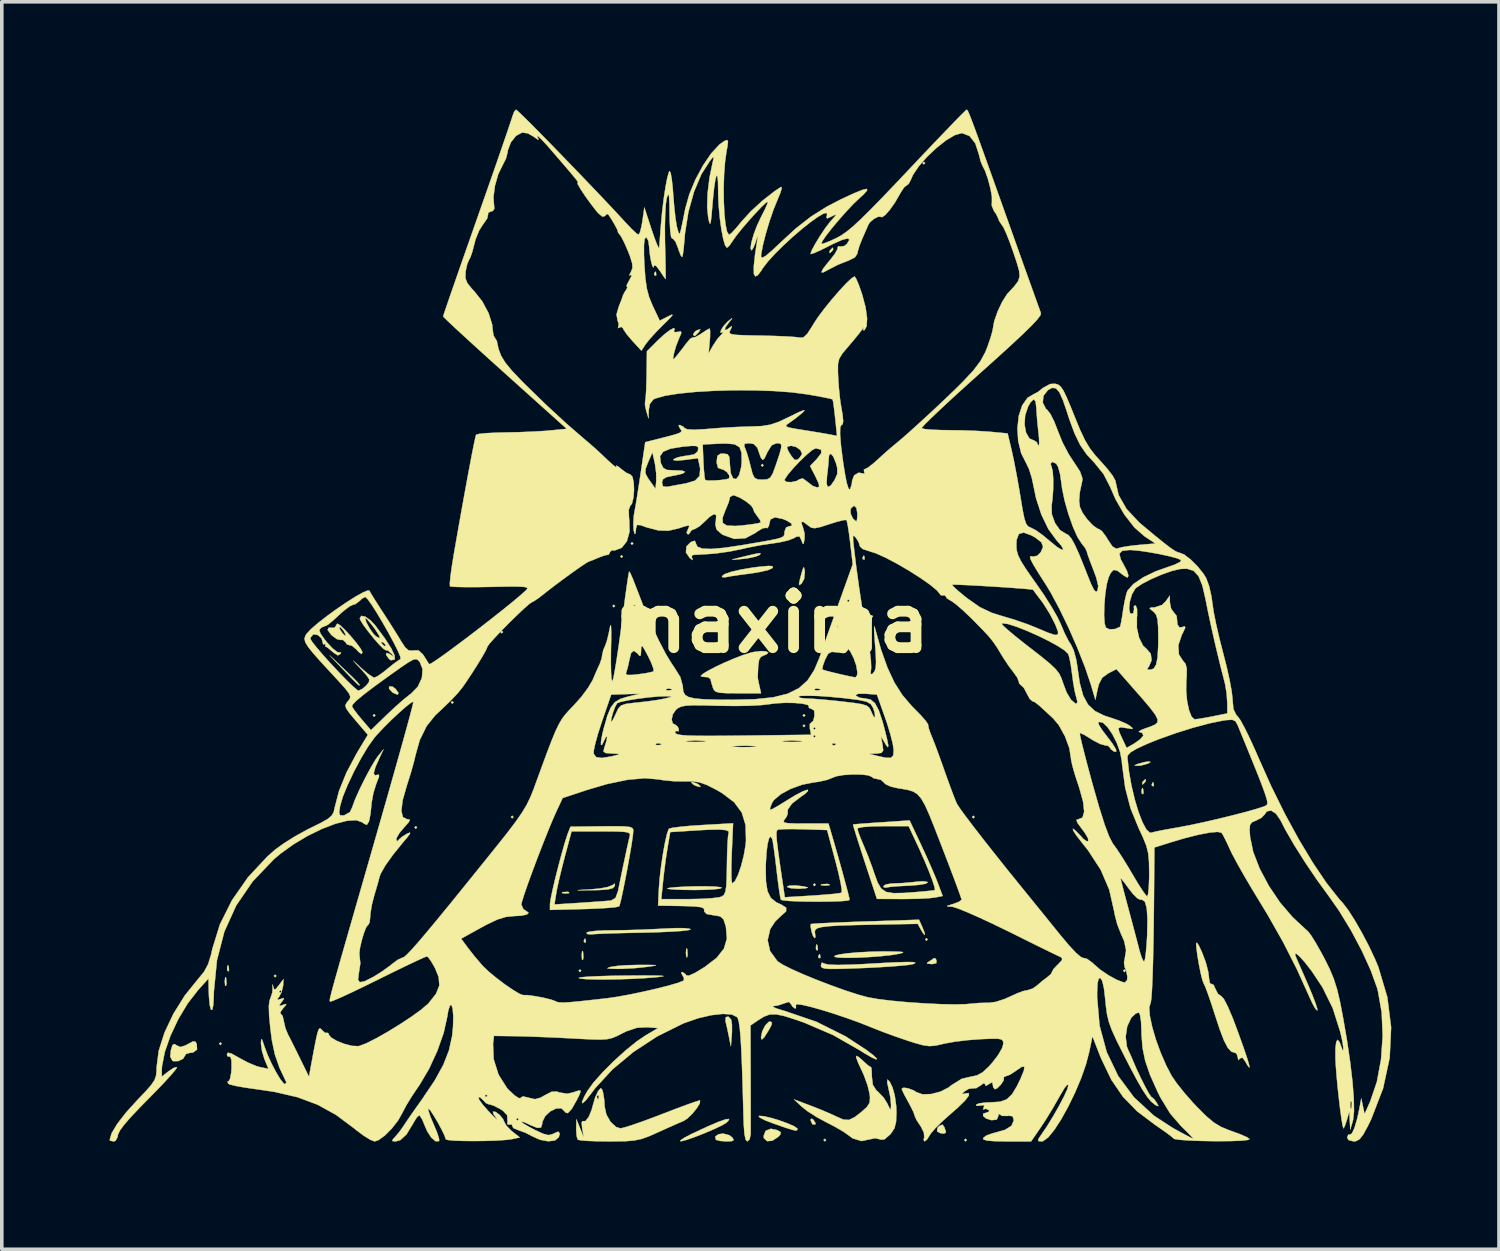
<source format=kicad_pcb>
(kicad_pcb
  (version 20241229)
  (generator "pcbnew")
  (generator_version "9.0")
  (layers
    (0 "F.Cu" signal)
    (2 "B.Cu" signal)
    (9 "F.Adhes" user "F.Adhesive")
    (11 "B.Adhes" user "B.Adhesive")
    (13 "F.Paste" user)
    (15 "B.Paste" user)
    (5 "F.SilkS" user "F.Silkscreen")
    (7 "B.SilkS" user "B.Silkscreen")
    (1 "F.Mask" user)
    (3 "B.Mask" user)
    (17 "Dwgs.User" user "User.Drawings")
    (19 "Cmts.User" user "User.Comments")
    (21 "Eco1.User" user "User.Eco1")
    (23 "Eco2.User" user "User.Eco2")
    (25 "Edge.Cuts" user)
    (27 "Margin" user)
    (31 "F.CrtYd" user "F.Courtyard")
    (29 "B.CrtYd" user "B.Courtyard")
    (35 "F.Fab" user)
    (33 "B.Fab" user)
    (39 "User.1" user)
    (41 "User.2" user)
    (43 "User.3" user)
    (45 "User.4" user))
  (footprint "maxima"
    (layer "F.Cu")
    (at 18.438 14.302)
    (property "Reference" "maxima" (at 0 0 0) (layer "F.SilkS") (effects (font (size 1.524 1.524) (thickness 0.3))))
    (attr through_hole)
    (fp_poly (pts (xy -15.313 11.72) (xy -15.349 11.757) (xy -15.385 11.72) (xy -15.349 11.684) (xy -15.313 11.72)) (stroke (width 0.01) (type solid)) (fill yes) (layer "F.SilkS"))
    (fp_poly (pts (xy -13.789 9.833) (xy -13.825 9.87) (xy -13.861 9.833) (xy -13.825 9.797) (xy -13.789 9.833)) (stroke (width 0.01) (type solid)) (fill yes) (layer "F.SilkS"))
    (fp_poly (pts (xy -11.031 2.576) (xy -11.067 2.613) (xy -11.103 2.576) (xy -11.067 2.54) (xy -11.031 2.576)) (stroke (width 0.01) (type solid)) (fill yes) (layer "F.SilkS"))
    (fp_poly (pts (xy -9.87 5.697) (xy -9.906 5.733) (xy -9.942 5.697) (xy -9.906 5.661) (xy -9.87 5.697)) (stroke (width 0.01) (type solid)) (fill yes) (layer "F.SilkS"))
    (fp_poly (pts (xy -8.854 2.213) (xy -8.89 2.25) (xy -8.926 2.213) (xy -8.89 2.177) (xy -8.854 2.213)) (stroke (width 0.01) (type solid)) (fill yes) (layer "F.SilkS"))
    (fp_poly (pts (xy -7.475 0.254) (xy -7.511 0.29) (xy -7.547 0.254) (xy -7.511 0.218) (xy -7.475 0.254)) (stroke (width 0.01) (type solid)) (fill yes) (layer "F.SilkS"))
    (fp_poly (pts (xy -7.185 5.407) (xy -7.221 5.443) (xy -7.257 5.407) (xy -7.221 5.37) (xy -7.185 5.407)) (stroke (width 0.01) (type solid)) (fill yes) (layer "F.SilkS"))
    (fp_poly (pts (xy -5.298 9.688) (xy -5.334 9.725) (xy -5.37 9.688) (xy -5.334 9.652) (xy -5.298 9.688)) (stroke (width 0.01) (type solid)) (fill yes) (layer "F.SilkS"))
    (fp_poly (pts (xy -4.354 -0.472) (xy -4.391 -0.435) (xy -4.427 -0.472) (xy -4.391 -0.508) (xy -4.354 -0.472)) (stroke (width 0.01) (type solid)) (fill yes) (layer "F.SilkS"))
    (fp_poly (pts (xy -4.137 -1.851) (xy -4.173 -1.814) (xy -4.209 -1.851) (xy -4.173 -1.887) (xy -4.137 -1.851)) (stroke (width 0.01) (type solid)) (fill yes) (layer "F.SilkS"))
    (fp_poly (pts (xy -3.846 -2.213) (xy -3.883 -2.177) (xy -3.919 -2.213) (xy -3.883 -2.25) (xy -3.846 -2.213)) (stroke (width 0.01) (type solid)) (fill yes) (layer "F.SilkS"))
    (fp_poly (pts (xy -0.218 -4.391) (xy -0.254 -4.354) (xy -0.29 -4.391) (xy -0.254 -4.427) (xy -0.218 -4.391)) (stroke (width 0.01) (type solid)) (fill yes) (layer "F.SilkS"))
    (fp_poly (pts (xy 0.943 2.576) (xy 0.907 2.613) (xy 0.871 2.576) (xy 0.907 2.54) (xy 0.943 2.576)) (stroke (width 0.01) (type solid)) (fill yes) (layer "F.SilkS"))
    (fp_poly (pts (xy 0.943 2.867) (xy 0.907 2.903) (xy 0.871 2.867) (xy 0.907 2.83) (xy 0.943 2.867)) (stroke (width 0.01) (type solid)) (fill yes) (layer "F.SilkS"))
    (fp_poly (pts (xy 1.234 7.293) (xy 1.197 7.33) (xy 1.161 7.293) (xy 1.197 7.257) (xy 1.234 7.293)) (stroke (width 0.01) (type solid)) (fill yes) (layer "F.SilkS"))
    (fp_poly (pts (xy 1.524 14.405) (xy 1.488 14.442) (xy 1.451 14.405) (xy 1.488 14.369) (xy 1.524 14.405)) (stroke (width 0.01) (type solid)) (fill yes) (layer "F.SilkS"))
    (fp_poly (pts (xy 2.83 -0.181) (xy 2.794 -0.145) (xy 2.758 -0.181) (xy 2.794 -0.218) (xy 2.83 -0.181)) (stroke (width 0.01) (type solid)) (fill yes) (layer "F.SilkS"))
    (fp_poly (pts (xy 4.282 -12.809) (xy 4.245 -12.773) (xy 4.209 -12.809) (xy 4.245 -12.845) (xy 4.282 -12.809)) (stroke (width 0.01) (type solid)) (fill yes) (layer "F.SilkS"))
    (fp_poly (pts (xy 4.354 8.817) (xy 4.318 8.854) (xy 4.282 8.817) (xy 4.318 8.781) (xy 4.354 8.817)) (stroke (width 0.01) (type solid)) (fill yes) (layer "F.SilkS"))
    (fp_poly (pts (xy 5.443 14.405) (xy 5.407 14.442) (xy 5.37 14.405) (xy 5.407 14.369) (xy 5.443 14.405)) (stroke (width 0.01) (type solid)) (fill yes) (layer "F.SilkS"))
    (fp_poly (pts (xy 5.661 5.407) (xy 5.624 5.443) (xy 5.588 5.407) (xy 5.624 5.37) (xy 5.661 5.407)) (stroke (width 0.01) (type solid)) (fill yes) (layer "F.SilkS"))
    (fp_poly (pts (xy 9.87 9.688) (xy 9.833 9.725) (xy 9.797 9.688) (xy 9.833 9.652) (xy 9.87 9.688)) (stroke (width 0.01) (type solid)) (fill yes) (layer "F.SilkS"))
    (fp_poly (pts (xy -15.118 9.566) (xy -15.109 9.679) (xy -15.124 9.705) (xy -15.157 9.683) (xy -15.162 9.61) (xy -15.144 9.532) (xy -15.118 9.566)) (stroke (width 0.01) (type solid)) (fill yes) (layer "F.SilkS"))
    (fp_poly (pts (xy -5.642 7.499) (xy -5.633 7.526) (xy -5.733 7.536) (xy -5.836 7.525) (xy -5.824 7.499) (xy -5.675 7.49) (xy -5.642 7.499)) (stroke (width 0.01) (type solid)) (fill yes) (layer "F.SilkS"))
    (fp_poly (pts (xy -5.177 8.805) (xy -5.168 8.891) (xy -5.177 8.902) (xy -5.22 8.892) (xy -5.225 8.854) (xy -5.199 8.794) (xy -5.177 8.805)) (stroke (width 0.01) (type solid)) (fill yes) (layer "F.SilkS"))
    (fp_poly (pts (xy -3.217 -9.773) (xy -3.209 -9.687) (xy -3.217 -9.676) (xy -3.26 -9.686) (xy -3.266 -9.725) (xy -3.239 -9.784) (xy -3.217 -9.773)) (stroke (width 0.01) (type solid)) (fill yes) (layer "F.SilkS"))
    (fp_poly (pts (xy 1.283 8.985) (xy 1.292 9.099) (xy 1.278 9.124) (xy 1.245 9.103) (xy 1.239 9.029) (xy 1.257 8.952) (xy 1.283 8.985)) (stroke (width 0.01) (type solid)) (fill yes) (layer "F.SilkS"))
    (fp_poly (pts (xy 1.355 9.241) (xy 1.363 9.327) (xy 1.355 9.338) (xy 1.312 9.328) (xy 1.306 9.289) (xy 1.333 9.229) (xy 1.355 9.241)) (stroke (width 0.01) (type solid)) (fill yes) (layer "F.SilkS"))
    (fp_poly (pts (xy 2.588 -1.863) (xy 2.597 -1.777) (xy 2.588 -1.766) (xy 2.545 -1.776) (xy 2.54 -1.814) (xy 2.567 -1.874) (xy 2.588 -1.863)) (stroke (width 0.01) (type solid)) (fill yes) (layer "F.SilkS"))
    (fp_poly (pts (xy 10.355 4.631) (xy 10.363 4.744) (xy 10.349 4.77) (xy 10.316 4.748) (xy 10.311 4.675) (xy 10.329 4.597) (xy 10.355 4.631)) (stroke (width 0.01) (type solid)) (fill yes) (layer "F.SilkS"))
    (fp_poly (pts (xy 10.644 4.451) (xy 10.652 4.537) (xy 10.644 4.548) (xy 10.601 4.538) (xy 10.595 4.499) (xy 10.622 4.44) (xy 10.644 4.451)) (stroke (width 0.01) (type solid)) (fill yes) (layer "F.SilkS"))
    (fp_poly (pts (xy -15.193 9.877) (xy -15.19 9.889) (xy -15.179 10.047) (xy -15.192 10.107) (xy -15.216 10.109) (xy -15.226 9.996) (xy -15.226 9.979) (xy -15.215 9.866) (xy -15.193 9.877)) (stroke (width 0.01) (type solid)) (fill yes) (layer "F.SilkS"))
    (fp_poly (pts (xy -10.561 1.771) (xy -10.471 1.835) (xy -10.386 1.954) (xy -10.416 1.998) (xy -10.537 1.947) (xy -10.564 1.928) (xy -10.651 1.831) (xy -10.648 1.77) (xy -10.561 1.771)) (stroke (width 0.01) (type solid)) (fill yes) (layer "F.SilkS"))
    (fp_poly (pts (xy -5.251 9.151) (xy -5.247 9.164) (xy -5.237 9.322) (xy -5.25 9.381) (xy -5.274 9.384) (xy -5.284 9.27) (xy -5.284 9.253) (xy -5.273 9.14) (xy -5.251 9.151)) (stroke (width 0.01) (type solid)) (fill yes) (layer "F.SilkS"))
    (fp_poly (pts (xy -2.348 9.078) (xy -2.345 9.091) (xy -2.334 9.249) (xy -2.347 9.309) (xy -2.371 9.311) (xy -2.381 9.197) (xy -2.381 9.18) (xy -2.37 9.068) (xy -2.348 9.078)) (stroke (width 0.01) (type solid)) (fill yes) (layer "F.SilkS"))
    (fp_poly (pts (xy -2.094 4.465) (xy -2.032 4.499) (xy -1.974 4.557) (xy -1.996 4.57) (xy -2.115 4.534) (xy -2.177 4.499) (xy -2.235 4.442) (xy -2.213 4.429) (xy -2.094 4.465)) (stroke (width 0.01) (type solid)) (fill yes) (layer "F.SilkS"))
    (fp_poly (pts (xy -2.013 -8.115) (xy -2.031 -8.093) (xy -2.133 -7.993) (xy -2.175 -8.016) (xy -2.177 -8.048) (xy -2.119 -8.126) (xy -2.058 -8.158) (xy -1.98 -8.177) (xy -2.013 -8.115)) (stroke (width 0.01) (type solid)) (fill yes) (layer "F.SilkS"))
    (fp_poly (pts (xy 1.174 13.845) (xy 1.23 13.938) (xy 1.223 13.969) (xy 1.147 13.967) (xy 1.137 13.958) (xy 1.089 13.846) (xy 1.089 13.835) (xy 1.125 13.808) (xy 1.174 13.845)) (stroke (width 0.01) (type solid)) (fill yes) (layer "F.SilkS"))
    (fp_poly (pts (xy 1.616 7.282) (xy 1.619 7.306) (xy 1.505 7.316) (xy 1.488 7.316) (xy 1.375 7.305) (xy 1.386 7.283) (xy 1.398 7.279) (xy 1.556 7.269) (xy 1.616 7.282)) (stroke (width 0.01) (type solid)) (fill yes) (layer "F.SilkS"))
    (fp_poly (pts (xy 1.719 -10.403) (xy 1.705 -10.378) (xy 1.637 -10.308) (xy 1.624 -10.305) (xy 1.619 -10.352) (xy 1.633 -10.378) (xy 1.701 -10.447) (xy 1.714 -10.45) (xy 1.719 -10.403)) (stroke (width 0.01) (type solid)) (fill yes) (layer "F.SilkS"))
    (fp_poly (pts (xy 10.428 4.401) (xy 10.414 4.427) (xy 10.346 4.496) (xy 10.333 4.499) (xy 10.328 4.453) (xy 10.341 4.427) (xy 10.41 4.358) (xy 10.423 4.354) (xy 10.428 4.401)) (stroke (width 0.01) (type solid)) (fill yes) (layer "F.SilkS"))
    (fp_poly (pts (xy 10.56 3.875) (xy 10.487 3.919) (xy 10.296 3.971) (xy 10.196 3.979) (xy 10.116 3.97) (xy 10.168 3.941) (xy 10.233 3.919) (xy 10.404 3.874) (xy 10.523 3.859) (xy 10.56 3.875)) (stroke (width 0.01) (type solid)) (fill yes) (layer "F.SilkS"))
    (fp_poly (pts (xy 0.159 14.127) (xy 0.262 14.187) (xy 0.245 14.256) (xy 0.186 14.318) (xy 0.027 14.423) (xy -0.118 14.435) (xy -0.207 14.356) (xy -0.218 14.294) (xy -0.161 14.147) (xy -0.016 14.09) (xy 0.159 14.127)) (stroke (width 0.01) (type solid)) (fill yes) (layer "F.SilkS"))
    (fp_poly (pts (xy 0.922 -1.491) (xy 0.931 -1.423) (xy 0.911 -1.225) (xy 0.845 -1.105) (xy 0.783 -1.053) (xy 0.768 -1.088) (xy 0.799 -1.231) (xy 0.821 -1.314) (xy 0.873 -1.498) (xy 0.903 -1.553) (xy 0.922 -1.491)) (stroke (width 0.01) (type solid)) (fill yes) (layer "F.SilkS"))
    (fp_poly (pts (xy 4.596 9.392) (xy 4.595 9.476) (xy 4.485 9.502) (xy 4.443 9.501) (xy 4.332 9.486) (xy 4.351 9.455) (xy 4.354 9.454) (xy 4.478 9.377) (xy 4.507 9.345) (xy 4.564 9.34) (xy 4.596 9.392)) (stroke (width 0.01) (type solid)) (fill yes) (layer "F.SilkS"))
    (fp_poly (pts (xy 4.818 14.047) (xy 4.856 14.163) (xy 4.862 14.194) (xy 4.808 14.225) (xy 4.7 14.211) (xy 4.616 14.164) (xy 4.613 14.16) (xy 4.627 14.066) (xy 4.673 14.013) (xy 4.766 13.974) (xy 4.818 14.047)) (stroke (width 0.01) (type solid)) (fill yes) (layer "F.SilkS"))
    (fp_poly (pts (xy -11.884 1.304) (xy -11.662 1.516) (xy -11.531 1.648) (xy -11.475 1.717) (xy -11.478 1.741) (xy -11.487 1.742) (xy -11.543 1.693) (xy -11.673 1.564) (xy -11.852 1.379) (xy -11.904 1.324) (xy -12.301 0.907) (xy -11.884 1.304)) (stroke (width 0.01) (type solid)) (fill yes) (layer "F.SilkS"))
    (fp_poly (pts (xy -1.175 14.268) (xy -1.089 14.333) (xy -1.048 14.406) (xy -1.108 14.436) (xy -1.249 14.442) (xy -1.431 14.429) (xy -1.541 14.399) (xy -1.546 14.395) (xy -1.567 14.309) (xy -1.475 14.243) (xy -1.347 14.224) (xy -1.175 14.268)) (stroke (width 0.01) (type solid)) (fill yes) (layer "F.SilkS"))
    (fp_poly (pts (xy 0.016 11.126) (xy -0.003 11.213) (xy -0.082 11.357) (xy -0.201 11.544) (xy -0.268 11.607) (xy -0.29 11.553) (xy -0.29 11.544) (xy -0.255 11.374) (xy -0.172 11.211) (xy -0.074 11.112) (xy -0.041 11.103) (xy 0.016 11.126)) (stroke (width 0.01) (type solid)) (fill yes) (layer "F.SilkS"))
    (fp_poly (pts (xy -1.122 11.05) (xy -1.118 11.059) (xy -1.099 11.19) (xy -1.099 11.398) (xy -1.104 11.476) (xy -1.129 11.793) (xy -1.188 11.503) (xy -1.234 11.284) (xy -1.275 11.11) (xy -1.281 11.085) (xy -1.271 10.981) (xy -1.198 10.966) (xy -1.122 11.05)) (stroke (width 0.01) (type solid)) (fill yes) (layer "F.SilkS"))
    (fp_poly (pts (xy -0.299 -1.931) (xy -0.327 -1.896) (xy -0.435 -1.849) (xy -0.637 -1.805) (xy -0.798 -1.784) (xy -1.014 -1.764) (xy -1.094 -1.762) (xy -1.048 -1.78) (xy -0.907 -1.815) (xy -0.601 -1.889) (xy -0.413 -1.931) (xy -0.32 -1.944) (xy -0.299 -1.931)) (stroke (width 0.01) (type solid)) (fill yes) (layer "F.SilkS"))
    (fp_poly (pts (xy 0.726 7.317) (xy 0.907 7.341) (xy 1.009 7.366) (xy 1.016 7.374) (xy 0.952 7.392) (xy 0.791 7.402) (xy 0.726 7.402) (xy 0.544 7.39) (xy 0.443 7.359) (xy 0.435 7.346) (xy 0.499 7.317) (xy 0.659 7.312) (xy 0.726 7.317)) (stroke (width 0.01) (type solid)) (fill yes) (layer "F.SilkS"))
    (fp_poly (pts (xy -4.364 7.322) (xy -4.366 7.33) (xy -4.421 7.388) (xy -4.555 7.423) (xy -4.793 7.441) (xy -4.977 7.444) (xy -5.257 7.447) (xy -5.396 7.447) (xy -5.397 7.443) (xy -5.263 7.434) (xy -5.047 7.422) (xy -4.777 7.397) (xy -4.558 7.355) (xy -4.436 7.308) (xy -4.36 7.259) (xy -4.364 7.322)) (stroke (width 0.01) (type solid)) (fill yes) (layer "F.SilkS"))
    (fp_poly (pts (xy -3.383 9.527) (xy -3.237 9.531) (xy -3.218 9.541) (xy -3.317 9.559) (xy -3.483 9.582) (xy -3.807 9.616) (xy -4.156 9.634) (xy -4.282 9.636) (xy -4.492 9.632) (xy -4.57 9.62) (xy -4.525 9.596) (xy -4.463 9.579) (xy -4.285 9.553) (xy -4.016 9.534) (xy -3.71 9.526) (xy -3.665 9.526) (xy -3.383 9.527)) (stroke (width 0.01) (type solid)) (fill yes) (layer "F.SilkS"))
    (fp_poly (pts (xy -1.578 7.344) (xy -1.419 7.361) (xy -1.379 7.379) (xy -1.447 7.404) (xy -1.629 7.423) (xy -1.897 7.435) (xy -2.141 7.439) (xy -2.454 7.435) (xy -2.704 7.425) (xy -2.863 7.41) (xy -2.903 7.397) (xy -2.835 7.378) (xy -2.653 7.36) (xy -2.385 7.345) (xy -2.141 7.338) (xy -1.828 7.336) (xy -1.578 7.344)) (stroke (width 0.01) (type solid)) (fill yes) (layer "F.SilkS"))
    (fp_poly (pts (xy -1.201 13.872) (xy -1.257 13.923) (xy -1.383 13.998) (xy -1.598 14.1) (xy -1.86 14.212) (xy -2.128 14.317) (xy -2.359 14.398) (xy -2.511 14.438) (xy -2.532 14.44) (xy -2.532 14.411) (xy -2.424 14.339) (xy -2.23 14.237) (xy -2.213 14.229) (xy -1.797 14.035) (xy -1.482 13.9) (xy -1.273 13.827) (xy -1.177 13.817) (xy -1.201 13.872)) (stroke (width 0.01) (type solid)) (fill yes) (layer "F.SilkS"))
    (fp_poly (pts (xy -0.213 13.74) (xy -0.011 13.787) (xy 0.225 13.858) (xy 0.453 13.941) (xy 0.633 14.02) (xy 0.722 14.082) (xy 0.726 14.092) (xy 0.717 14.129) (xy 0.676 14.14) (xy 0.576 14.118) (xy 0.391 14.06) (xy 0.097 13.958) (xy 0.073 13.95) (xy -0.171 13.856) (xy -0.32 13.782) (xy -0.354 13.737) (xy -0.34 13.731) (xy -0.213 13.74)) (stroke (width 0.01) (type solid)) (fill yes) (layer "F.SilkS"))
    (fp_poly (pts (xy 0.03 -1.581) (xy 0.04 -1.544) (xy 0.027 -1.527) (xy -0.081 -1.477) (xy -0.292 -1.425) (xy -0.564 -1.379) (xy -0.626 -1.371) (xy -0.908 -1.335) (xy -1.138 -1.3) (xy -1.275 -1.274) (xy -1.288 -1.27) (xy -1.37 -1.277) (xy -1.379 -1.3) (xy -1.311 -1.357) (xy -1.128 -1.421) (xy -0.857 -1.485) (xy -0.527 -1.541) (xy -0.321 -1.567) (xy -0.084 -1.588) (xy 0.03 -1.581)) (stroke (width 0.01) (type solid)) (fill yes) (layer "F.SilkS"))
    (fp_poly (pts (xy 3.295 9.151) (xy 3.546 9.157) (xy 3.665 9.168) (xy 3.663 9.187) (xy 3.556 9.216) (xy 3.334 9.252) (xy 3.041 9.284) (xy 2.712 9.308) (xy 2.383 9.324) (xy 2.09 9.329) (xy 1.869 9.322) (xy 1.756 9.301) (xy 1.755 9.3) (xy 1.771 9.266) (xy 1.906 9.232) (xy 2.136 9.201) (xy 2.434 9.175) (xy 2.775 9.158) (xy 3.134 9.15) (xy 3.295 9.151)) (stroke (width 0.01) (type solid)) (fill yes) (layer "F.SilkS"))
    (fp_poly (pts (xy 4.339 7.213) (xy 4.354 7.232) (xy 4.288 7.266) (xy 4.111 7.296) (xy 3.859 7.317) (xy 3.794 7.32) (xy 3.52 7.334) (xy 3.304 7.353) (xy 3.186 7.372) (xy 3.177 7.376) (xy 3.124 7.357) (xy 3.121 7.334) (xy 3.185 7.285) (xy 3.345 7.259) (xy 3.401 7.257) (xy 3.657 7.246) (xy 3.947 7.22) (xy 4.018 7.211) (xy 4.22 7.196) (xy 4.339 7.213)) (stroke (width 0.01) (type solid)) (fill yes) (layer "F.SilkS"))
    (fp_poly (pts (xy -16.045 11.662) (xy -16.009 11.727) (xy -15.999 11.885) (xy -16.11 11.966) (xy -16.188 11.974) (xy -16.303 12.004) (xy -16.329 12.044) (xy -16.389 12.14) (xy -16.524 12.205) (xy -16.661 12.207) (xy -16.685 12.196) (xy -16.746 12.082) (xy -16.729 11.907) (xy -16.684 11.758) (xy -16.627 11.73) (xy -16.571 11.766) (xy -16.466 11.813) (xy -16.329 11.772) (xy -16.259 11.734) (xy -16.115 11.658) (xy -16.045 11.662)) (stroke (width 0.01) (type solid)) (fill yes) (layer "F.SilkS"))
    (fp_poly (pts (xy -3.238 9.822) (xy -3.056 9.828) (xy -3.003 9.838) (xy -3.072 9.853) (xy -3.193 9.868) (xy -3.507 9.893) (xy -3.865 9.913) (xy -4.239 9.926) (xy -4.601 9.932) (xy -4.922 9.93) (xy -5.175 9.922) (xy -5.332 9.905) (xy -5.37 9.888) (xy -5.301 9.87) (xy -5.11 9.854) (xy -4.818 9.84) (xy -4.448 9.829) (xy -4.023 9.823) (xy -4.009 9.823) (xy -3.554 9.82) (xy -3.238 9.822)) (stroke (width 0.01) (type solid)) (fill yes) (layer "F.SilkS"))
    (fp_poly (pts (xy -2.424 8.502) (xy -2.277 8.518) (xy -2.25 8.536) (xy -2.319 8.559) (xy -2.511 8.581) (xy -2.806 8.6) (xy -3.181 8.616) (xy -3.57 8.626) (xy -4.001 8.635) (xy -4.388 8.645) (xy -4.705 8.656) (xy -4.926 8.667) (xy -5.021 8.675) (xy -5.13 8.666) (xy -5.153 8.632) (xy -5.085 8.602) (xy -4.904 8.579) (xy -4.639 8.565) (xy -4.474 8.563) (xy -4.087 8.558) (xy -3.631 8.545) (xy -3.185 8.525) (xy -3.023 8.516) (xy -2.68 8.501) (xy -2.424 8.502)) (stroke (width 0.01) (type solid)) (fill yes) (layer "F.SilkS"))
    (fp_poly (pts (xy 3.933 9.447) (xy 4.006 9.459) (xy 3.998 9.481) (xy 3.955 9.501) (xy 3.836 9.524) (xy 3.6 9.548) (xy 3.274 9.574) (xy 2.885 9.597) (xy 2.594 9.611) (xy 2.147 9.628) (xy 1.825 9.637) (xy 1.607 9.637) (xy 1.474 9.624) (xy 1.405 9.6) (xy 1.381 9.562) (xy 1.379 9.539) (xy 1.405 9.459) (xy 1.47 9.489) (xy 1.587 9.517) (xy 1.841 9.527) (xy 2.222 9.519) (xy 2.576 9.502) (xy 3.101 9.472) (xy 3.494 9.453) (xy 3.767 9.445) (xy 3.933 9.447)) (stroke (width 0.01) (type solid)) (fill yes) (layer "F.SilkS"))
    (fp_poly (pts (xy 4.196 8.455) (xy 4.264 8.624) (xy 4.274 8.694) (xy 4.23 8.652) (xy 4.176 8.563) (xy 4.076 8.382) (xy 2.854 8.404) (xy 2.314 8.416) (xy 1.902 8.429) (xy 1.604 8.447) (xy 1.401 8.472) (xy 1.278 8.505) (xy 1.22 8.551) (xy 1.208 8.61) (xy 1.214 8.642) (xy 1.226 8.755) (xy 1.207 8.781) (xy 1.16 8.72) (xy 1.118 8.596) (xy 1.092 8.451) (xy 1.098 8.388) (xy 1.175 8.379) (xy 1.376 8.367) (xy 1.677 8.352) (xy 2.058 8.336) (xy 2.497 8.32) (xy 2.618 8.316) (xy 4.111 8.267) (xy 4.196 8.455)) (stroke (width 0.01) (type solid)) (fill yes) (layer "F.SilkS"))
    (fp_poly (pts (xy -0.14 0.794) (xy -0.087 0.829) (xy -0.145 0.88) (xy -0.217 0.907) (xy -0.294 0.946) (xy -0.341 1.022) (xy -0.367 1.17) (xy -0.378 1.42) (xy -0.381 1.524) (xy -0.366 1.614) (xy -0.334 1.76) (xy -0.288 1.959) (xy -0.934 1.959) (xy -1.243 1.957) (xy -1.438 1.945) (xy -1.548 1.916) (xy -1.605 1.863) (xy -1.633 1.796) (xy -1.68 1.638) (xy -1.697 1.56) (xy -1.769 1.512) (xy -1.925 1.499) (xy -1.925 1.499) (xy -1.972 1.48) (xy -1.908 1.419) (xy -1.759 1.328) (xy -1.547 1.218) (xy -1.298 1.101) (xy -1.036 0.989) (xy -0.785 0.893) (xy -0.57 0.826) (xy -0.489 0.808) (xy -0.282 0.784) (xy -0.14 0.794)) (stroke (width 0.01) (type solid)) (fill yes) (layer "F.SilkS"))
    (fp_poly (pts (xy -12.008 0.068) (xy -11.877 0.194) (xy -11.719 0.367) (xy -11.566 0.55) (xy -11.447 0.71) (xy -11.394 0.81) (xy -11.394 0.816) (xy -11.414 0.866) (xy -11.489 0.816) (xy -11.574 0.727) (xy -11.687 0.633) (xy -11.759 0.618) (xy -11.827 0.594) (xy -11.855 0.545) (xy -11.94 0.471) (xy -11.993 0.475) (xy -12.103 0.452) (xy -12.245 0.347) (xy -12.263 0.329) (xy -12.361 0.195) (xy -12.333 0.133) (xy -12.176 0.136) (xy -12.174 0.137) (xy -12.148 0.11) (xy -12.036 0.11) (xy -12.021 0.179) (xy -11.951 0.283) (xy -11.875 0.357) (xy -11.856 0.363) (xy -11.867 0.311) (xy -11.916 0.221) (xy -11.996 0.123) (xy -12.036 0.11) (xy -12.148 0.11) (xy -12.136 0.098) (xy -12.138 0.091) (xy -12.101 0.028) (xy -12.083 0.023) (xy -12.008 0.068)) (stroke (width 0.01) (type solid)) (fill yes) (layer "F.SilkS"))
    (fp_poly (pts (xy 11.911 8.996) (xy 11.99 9.166) (xy 12.075 9.388) (xy 12.113 9.5) (xy 12.168 9.721) (xy 12.192 9.916) (xy 12.192 9.921) (xy 12.214 10.038) (xy 12.257 10.056) (xy 12.32 10.085) (xy 12.366 10.191) (xy 12.441 10.335) (xy 12.524 10.391) (xy 12.601 10.471) (xy 12.713 10.685) (xy 12.857 11.025) (xy 12.994 11.389) (xy 13.154 11.836) (xy 13.26 12.151) (xy 13.313 12.335) (xy 13.312 12.39) (xy 13.258 12.318) (xy 13.207 12.227) (xy 13.124 12.11) (xy 13.06 12.124) (xy 13.051 12.136) (xy 13.004 12.177) (xy 12.991 12.101) (xy 12.955 11.994) (xy 12.915 11.974) (xy 12.812 11.943) (xy 12.713 11.836) (xy 12.609 11.638) (xy 12.491 11.33) (xy 12.368 10.958) (xy 12.261 10.627) (xy 12.164 10.345) (xy 12.088 10.142) (xy 12.044 10.049) (xy 12.004 9.946) (xy 11.955 9.745) (xy 11.905 9.493) (xy 11.862 9.235) (xy 11.836 9.018) (xy 11.831 8.926) (xy 11.854 8.907) (xy 11.911 8.996)) (stroke (width 0.01) (type solid)) (fill yes) (layer "F.SilkS"))
    (fp_poly (pts (xy -11.312 -0.174) (xy -11.166 -0.071) (xy -11.038 0.067) (xy -10.775 0.42) (xy -10.593 0.703) (xy -10.497 0.906) (xy -10.493 1.015) (xy -10.497 1.019) (xy -10.6 1.04) (xy -10.653 1.001) (xy -10.733 0.889) (xy -10.722 0.833) (xy -10.631 0.867) (xy -10.614 0.88) (xy -10.528 0.943) (xy -10.545 0.905) (xy -10.586 0.854) (xy -10.685 0.767) (xy -10.739 0.761) (xy -10.804 0.724) (xy -10.926 0.602) (xy -10.991 0.529) (xy -10.874 0.529) (xy -10.856 0.569) (xy -10.783 0.647) (xy -10.741 0.631) (xy -10.741 0.621) (xy -10.792 0.56) (xy -10.824 0.537) (xy -10.874 0.529) (xy -10.991 0.529) (xy -11.079 0.428) (xy -11.235 0.233) (xy -11.369 0.052) (xy -11.452 -0.083) (xy -11.466 -0.127) (xy -11.461 -0.135) (xy -11.32 -0.135) (xy -11.283 -0.016) (xy -11.192 0.152) (xy -11.085 0.305) (xy -11.017 0.373) (xy -10.914 0.428) (xy -10.912 0.385) (xy -10.954 0.308) (xy -11.048 0.164) (xy -11.16 0.017) (xy -11.259 -0.098) (xy -11.316 -0.141) (xy -11.32 -0.135) (xy -11.461 -0.135) (xy -11.423 -0.197) (xy -11.312 -0.174)) (stroke (width 0.01) (type solid)) (fill yes) (layer "F.SilkS"))
    (fp_poly (pts (xy 4.169 6.18) (xy 4.323 6.515) (xy 4.47 6.847) (xy 4.588 7.127) (xy 4.63 7.232) (xy 4.77 7.606) (xy 4.553 7.649) (xy 4.385 7.668) (xy 4.118 7.682) (xy 3.797 7.689) (xy 3.638 7.69) (xy 2.939 7.687) (xy 2.6 6.656) (xy 2.483 6.296) (xy 2.385 5.989) (xy 2.314 5.76) (xy 2.305 5.731) (xy 2.395 5.731) (xy 2.422 5.832) (xy 2.493 6.018) (xy 2.565 6.186) (xy 2.692 6.494) (xy 2.817 6.831) (xy 2.863 6.968) (xy 2.957 7.228) (xy 3.056 7.397) (xy 3.192 7.492) (xy 3.396 7.527) (xy 3.699 7.521) (xy 3.883 7.508) (xy 4.173 7.485) (xy 4.401 7.463) (xy 4.534 7.447) (xy 4.555 7.442) (xy 4.546 7.362) (xy 4.487 7.179) (xy 4.389 6.92) (xy 4.261 6.613) (xy 4.115 6.285) (xy 4.086 6.223) (xy 3.823 5.661) (xy 3.109 5.661) (xy 2.789 5.667) (xy 2.548 5.686) (xy 2.414 5.714) (xy 2.395 5.731) (xy 2.305 5.731) (xy 2.277 5.633) (xy 2.274 5.615) (xy 2.346 5.606) (xy 2.534 5.591) (xy 2.806 5.571) (xy 3.067 5.553) (xy 3.849 5.501) (xy 4.169 6.18)) (stroke (width 0.01) (type solid)) (fill yes) (layer "F.SilkS"))
    (fp_poly (pts (xy -4.103 5.667) (xy -3.952 5.683) (xy -3.875 5.712) (xy -3.849 5.758) (xy -3.847 5.785) (xy -3.86 5.924) (xy -3.894 6.161) (xy -3.945 6.464) (xy -4.005 6.8) (xy -4.07 7.14) (xy -4.132 7.45) (xy -4.186 7.7) (xy -4.227 7.858) (xy -4.242 7.895) (xy -4.33 7.916) (xy -4.535 7.937) (xy -4.826 7.955) (xy -5.175 7.969) (xy -5.231 7.97) (xy -6.169 7.994) (xy -6.168 7.842) (xy -6.043 7.842) (xy -5.325 7.796) (xy -5.003 7.774) (xy -4.722 7.754) (xy -4.525 7.738) (xy -4.464 7.732) (xy -4.342 7.659) (xy -4.272 7.468) (xy -4.218 7.198) (xy -4.153 6.882) (xy -4.084 6.558) (xy -4.021 6.265) (xy -3.971 6.041) (xy -3.944 5.933) (xy -3.941 5.878) (xy -3.983 5.842) (xy -4.093 5.82) (xy -4.295 5.809) (xy -4.611 5.806) (xy -4.738 5.806) (xy -5.567 5.806) (xy -5.756 6.513) (xy -5.844 6.854) (xy -5.922 7.179) (xy -5.978 7.44) (xy -5.994 7.531) (xy -6.043 7.842) (xy -6.168 7.842) (xy -6.168 7.825) (xy -6.149 7.69) (xy -6.099 7.451) (xy -6.027 7.142) (xy -5.941 6.801) (xy -5.851 6.462) (xy -5.766 6.16) (xy -5.694 5.931) (xy -5.672 5.868) (xy -5.597 5.676) (xy -4.722 5.665) (xy -4.352 5.663) (xy -4.103 5.667)) (stroke (width 0.01) (type solid)) (fill yes) (layer "F.SilkS"))
    (fp_poly (pts (xy -4.714 12.999) (xy -4.691 13.078) (xy -4.658 13.276) (xy -4.646 13.47) (xy -4.598 13.693) (xy -4.481 13.898) (xy -4.326 14.041) (xy -4.205 14.079) (xy -4.09 14.053) (xy -3.869 13.983) (xy -3.568 13.878) (xy -3.214 13.746) (xy -3.038 13.678) (xy -2.681 13.541) (xy -2.374 13.427) (xy -2.143 13.345) (xy -2.01 13.303) (xy -1.988 13.301) (xy -1.996 13.383) (xy -2.081 13.521) (xy -2.209 13.677) (xy -2.349 13.81) (xy -2.449 13.873) (xy -2.611 13.942) (xy -2.856 14.051) (xy -3.136 14.177) (xy -3.183 14.198) (xy -3.427 14.306) (xy -3.625 14.376) (xy -3.822 14.416) (xy -4.059 14.436) (xy -4.382 14.441) (xy -4.531 14.442) (xy -4.862 14.438) (xy -5.137 14.427) (xy -5.325 14.41) (xy -5.394 14.393) (xy -5.425 14.295) (xy -5.438 14.116) (xy -5.437 14.085) (xy -5.432 13.825) (xy -5.226 14.333) (xy -5.271 14.079) (xy -5.286 13.928) (xy -5.268 13.873) (xy -5.258 13.879) (xy -5.18 13.876) (xy -5.09 13.761) (xy -5.008 13.564) (xy -4.971 13.426) (xy -4.908 13.214) (xy -4.905 13.208) (xy -4.862 13.208) (xy -4.836 13.268) (xy -4.814 13.256) (xy -4.805 13.17) (xy -4.814 13.16) (xy -4.857 13.17) (xy -4.862 13.208) (xy -4.905 13.208) (xy -4.83 13.048) (xy -4.826 13.042) (xy -4.755 12.958) (xy -4.714 12.999)) (stroke (width 0.01) (type solid)) (fill yes) (layer "F.SilkS"))
    (fp_poly (pts (xy 2.422 12.086) (xy 2.542 12.188) (xy 2.567 12.213) (xy 2.693 12.326) (xy 2.768 12.372) (xy 2.773 12.37) (xy 2.788 12.418) (xy 2.797 12.569) (xy 2.797 12.637) (xy 2.825 12.868) (xy 2.923 13.02) (xy 2.969 13.058) (xy 3.128 13.224) (xy 3.234 13.398) (xy 3.298 13.536) (xy 3.324 13.547) (xy 3.332 13.437) (xy 3.332 13.425) (xy 3.316 13.227) (xy 3.268 13) (xy 3.267 12.995) (xy 3.223 12.793) (xy 3.235 12.718) (xy 3.294 12.777) (xy 3.374 12.941) (xy 3.436 13.165) (xy 3.476 13.454) (xy 3.483 13.631) (xy 3.472 13.897) (xy 3.427 14.075) (xy 3.333 14.219) (xy 3.299 14.256) (xy 3.146 14.387) (xy 3.038 14.393) (xy 3.027 14.385) (xy 2.892 14.352) (xy 2.794 14.373) (xy 2.508 14.432) (xy 2.261 14.356) (xy 2.17 14.288) (xy 2.014 14.177) (xy 1.779 14.039) (xy 1.538 13.914) (xy 1.265 13.767) (xy 1.012 13.606) (xy 0.855 13.483) (xy 0.63 13.273) (xy 1.103 13.451) (xy 1.382 13.561) (xy 1.639 13.67) (xy 1.801 13.745) (xy 2.002 13.834) (xy 2.157 13.844) (xy 2.318 13.768) (xy 2.495 13.632) (xy 2.662 13.482) (xy 2.737 13.361) (xy 2.746 13.212) (xy 2.735 13.117) (xy 2.68 12.885) (xy 2.579 12.607) (xy 2.513 12.46) (xy 2.418 12.255) (xy 2.363 12.108) (xy 2.358 12.06) (xy 2.422 12.086)) (stroke (width 0.01) (type solid)) (fill yes) (layer "F.SilkS"))
    (fp_poly (pts (xy -7.052 -14.246) (xy -6.906 -14.106) (xy -6.689 -13.891) (xy -6.417 -13.616) (xy -6.103 -13.296) (xy -5.764 -12.946) (xy -5.412 -12.582) (xy -5.064 -12.219) (xy -4.733 -11.872) (xy -4.435 -11.556) (xy -4.184 -11.286) (xy -4.067 -11.158) (xy -3.898 -10.98) (xy -3.765 -10.855) (xy -3.701 -10.813) (xy -3.662 -10.878) (xy -3.619 -11.046) (xy -3.593 -11.194) (xy -3.54 -11.575) (xy -3.338 -10.958) (xy -3.249 -10.701) (xy -3.178 -10.521) (xy -3.135 -10.442) (xy -3.127 -10.45) (xy -3.117 -10.574) (xy -3.1 -10.796) (xy -3.079 -11.066) (xy -3.079 -11.067) (xy -3.044 -11.453) (xy -2.999 -11.823) (xy -2.949 -12.15) (xy -2.9 -12.405) (xy -2.855 -12.558) (xy -2.835 -12.588) (xy -2.807 -12.536) (xy -2.777 -12.368) (xy -2.749 -12.114) (xy -2.734 -11.917) (xy -2.707 -11.586) (xy -2.674 -11.286) (xy -2.639 -11.063) (xy -2.623 -10.995) (xy -2.593 -10.892) (xy -2.571 -10.841) (xy -2.548 -10.858) (xy -2.518 -10.963) (xy -2.473 -11.172) (xy -2.407 -11.503) (xy -2.4 -11.539) (xy -2.288 -11.938) (xy -2.117 -12.349) (xy -1.907 -12.74) (xy -1.678 -13.077) (xy -1.448 -13.326) (xy -1.311 -13.423) (xy -1.236 -13.453) (xy -1.209 -13.414) (xy -1.224 -13.277) (xy -1.248 -13.151) (xy -1.291 -12.85) (xy -1.318 -12.496) (xy -1.33 -12.118) (xy -1.326 -11.743) (xy -1.31 -11.397) (xy -1.28 -11.109) (xy -1.238 -10.906) (xy -1.185 -10.815) (xy -1.175 -10.813) (xy -1.106 -10.866) (xy -0.978 -11.004) (xy -0.833 -11.18) (xy -0.574 -11.465) (xy -0.245 -11.765) (xy 0.094 -12.03) (xy 0.269 -12.145) (xy 0.288 -12.114) (xy 0.25 -11.981) (xy 0.169 -11.786) (xy 0.058 -11.513) (xy -0.055 -11.182) (xy -0.158 -10.837) (xy -0.238 -10.521) (xy -0.284 -10.278) (xy -0.289 -10.205) (xy -0.258 -10.17) (xy -0.158 -10.225) (xy 0.021 -10.377) (xy 0.213 -10.559) (xy 0.672 -10.982) (xy 1.098 -11.315) (xy 1.537 -11.592) (xy 1.923 -11.793) (xy 2.288 -11.963) (xy 2.531 -12.062) (xy 2.656 -12.091) (xy 2.667 -12.049) (xy 2.568 -11.937) (xy 2.455 -11.834) (xy 2.282 -11.669) (xy 2.081 -11.455) (xy 1.872 -11.219) (xy 1.677 -10.986) (xy 1.518 -10.781) (xy 1.415 -10.63) (xy 1.391 -10.559) (xy 1.391 -10.559) (xy 1.466 -10.573) (xy 1.632 -10.638) (xy 1.821 -10.726) (xy 1.954 -10.8) (xy 2.103 -10.905) (xy 2.279 -11.051) (xy 2.495 -11.251) (xy 2.763 -11.516) (xy 3.097 -11.858) (xy 3.508 -12.288) (xy 3.811 -12.609) (xy 4.199 -13.02) (xy 4.555 -13.395) (xy 4.867 -13.72) (xy 5.123 -13.985) (xy 5.311 -14.176) (xy 5.418 -14.28) (xy 5.439 -14.296) (xy 5.451 -14.291) (xy 5.467 -14.269) (xy 5.492 -14.22) (xy 5.529 -14.131) (xy 5.583 -13.991) (xy 5.658 -13.79) (xy 5.758 -13.517) (xy 5.887 -13.159) (xy 6.049 -12.707) (xy 6.249 -12.148) (xy 6.49 -11.472) (xy 6.699 -10.886) (xy 6.888 -10.354) (xy 7.064 -9.862) (xy 7.219 -9.43) (xy 7.347 -9.073) (xy 7.442 -8.809) (xy 7.497 -8.657) (xy 7.508 -8.629) (xy 7.491 -8.566) (xy 7.405 -8.452) (xy 7.242 -8.277) (xy 6.994 -8.035) (xy 6.656 -7.72) (xy 6.219 -7.323) (xy 5.854 -6.996) (xy 5.438 -6.622) (xy 5.06 -6.279) (xy 4.735 -5.977) (xy 4.474 -5.729) (xy 4.289 -5.548) (xy 4.195 -5.444) (xy 4.185 -5.425) (xy 4.267 -5.401) (xy 4.461 -5.383) (xy 4.734 -5.372) (xy 4.921 -5.37) (xy 5.297 -5.364) (xy 5.684 -5.351) (xy 6.016 -5.331) (xy 6.102 -5.324) (xy 6.58 -5.279) (xy 6.695 -4.798) (xy 6.755 -4.518) (xy 6.826 -4.151) (xy 6.897 -3.752) (xy 6.938 -3.506) (xy 6.997 -3.15) (xy 7.045 -2.913) (xy 7.092 -2.769) (xy 7.146 -2.692) (xy 7.216 -2.657) (xy 7.225 -2.654) (xy 7.359 -2.586) (xy 7.554 -2.448) (xy 7.756 -2.28) (xy 7.958 -2.115) (xy 8.087 -2.039) (xy 8.131 -2.051) (xy 8.077 -2.149) (xy 7.939 -2.307) (xy 7.716 -2.611) (xy 7.521 -3.014) (xy 7.372 -3.471) (xy 7.313 -3.755) (xy 7.254 -4.036) (xy 7.177 -4.282) (xy 7.108 -4.428) (xy 7.105 -4.434) (xy 7.775 -4.434) (xy 7.804 -4.35) (xy 7.836 -4.219) (xy 7.851 -3.991) (xy 7.848 -3.712) (xy 7.827 -3.43) (xy 7.804 -3.266) (xy 7.812 -3.025) (xy 7.9 -2.781) (xy 8.041 -2.584) (xy 8.193 -2.49) (xy 8.275 -2.446) (xy 8.36 -2.343) (xy 8.459 -2.163) (xy 8.582 -1.888) (xy 8.739 -1.5) (xy 8.791 -1.365) (xy 8.905 -1.082) (xy 8.986 -0.921) (xy 9.043 -0.866) (xy 9.085 -0.898) (xy 9.103 -1.031) (xy 9.051 -1.256) (xy 8.967 -1.483) (xy 8.874 -1.724) (xy 8.807 -1.91) (xy 8.781 -2.003) (xy 8.781 -2.003) (xy 8.737 -2.092) (xy 8.644 -2.209) (xy 8.525 -2.393) (xy 8.398 -2.679) (xy 8.275 -3.027) (xy 8.17 -3.395) (xy 8.097 -3.742) (xy 8.077 -3.898) (xy 8.04 -4.151) (xy 7.985 -4.348) (xy 7.934 -4.437) (xy 7.823 -4.486) (xy 7.775 -4.434) (xy 7.105 -4.434) (xy 6.958 -4.726) (xy 6.874 -5.071) (xy 6.852 -5.43) (xy 6.864 -5.527) (xy 7.051 -5.527) (xy 7.093 -5.3) (xy 7.187 -5.138) (xy 7.32 -5.08) (xy 7.398 -5.03) (xy 7.402 -5.007) (xy 7.434 -4.937) (xy 7.444 -4.935) (xy 7.459 -5) (xy 7.453 -5.167) (xy 7.437 -5.322) (xy 7.407 -5.604) (xy 7.386 -5.875) (xy 7.381 -5.975) (xy 7.363 -6.135) (xy 7.558 -6.135) (xy 7.646 -5.966) (xy 7.681 -5.937) (xy 7.77 -5.823) (xy 7.876 -5.614) (xy 7.977 -5.355) (xy 7.978 -5.351) (xy 8.108 -5.03) (xy 8.28 -4.702) (xy 8.419 -4.49) (xy 8.596 -4.221) (xy 8.663 -4.028) (xy 8.659 -3.965) (xy 8.59 -3.636) (xy 8.571 -3.399) (xy 8.594 -3.227) (xy 8.669 -3.065) (xy 8.801 -2.882) (xy 8.953 -2.72) (xy 9.087 -2.624) (xy 9.129 -2.613) (xy 9.208 -2.555) (xy 9.319 -2.408) (xy 9.372 -2.32) (xy 9.496 -2.134) (xy 9.598 -2.07) (xy 9.648 -2.079) (xy 9.777 -2.112) (xy 9.999 -2.147) (xy 10.228 -2.172) (xy 10.696 -2.213) (xy 10.389 -2.416) (xy 10.108 -2.663) (xy 9.832 -3.018) (xy 9.586 -3.444) (xy 9.435 -3.79) (xy 9.252 -4.146) (xy 9.001 -4.458) (xy 8.993 -4.466) (xy 8.777 -4.7) (xy 8.602 -4.955) (xy 8.449 -5.267) (xy 8.299 -5.672) (xy 8.236 -5.868) (xy 8.118 -6.212) (xy 8.019 -6.43) (xy 7.923 -6.537) (xy 7.818 -6.548) (xy 7.706 -6.489) (xy 7.578 -6.328) (xy 7.558 -6.135) (xy 7.363 -6.135) (xy 7.358 -6.173) (xy 7.304 -6.229) (xy 7.217 -6.144) (xy 7.15 -6.027) (xy 7.068 -5.782) (xy 7.051 -5.527) (xy 6.864 -5.527) (xy 6.891 -5.771) (xy 6.987 -6.063) (xy 7.137 -6.273) (xy 7.28 -6.357) (xy 7.435 -6.441) (xy 7.559 -6.543) (xy 7.763 -6.655) (xy 7.896 -6.663) (xy 7.982 -6.642) (xy 8.056 -6.586) (xy 8.134 -6.472) (xy 8.227 -6.279) (xy 8.351 -5.984) (xy 8.433 -5.78) (xy 8.593 -5.389) (xy 8.73 -5.098) (xy 8.865 -4.871) (xy 9.019 -4.671) (xy 9.177 -4.497) (xy 9.367 -4.282) (xy 9.511 -4.092) (xy 9.582 -3.961) (xy 9.585 -3.942) (xy 9.671 -3.561) (xy 9.891 -3.177) (xy 10.236 -2.807) (xy 10.298 -2.753) (xy 10.665 -2.447) (xy 10.938 -2.226) (xy 11.132 -2.078) (xy 11.262 -1.994) (xy 11.343 -1.961) (xy 11.359 -1.959) (xy 11.497 -1.905) (xy 11.68 -1.765) (xy 11.872 -1.574) (xy 12.038 -1.366) (xy 12.114 -1.241) (xy 12.194 -1.019) (xy 12.259 -0.73) (xy 12.284 -0.544) (xy 12.319 -0.306) (xy 12.386 0.029) (xy 12.475 0.417) (xy 12.577 0.815) (xy 12.585 0.845) (xy 12.683 1.23) (xy 12.764 1.597) (xy 12.821 1.907) (xy 12.845 2.121) (xy 12.845 2.139) (xy 12.869 2.4) (xy 12.949 2.564) (xy 12.986 2.601) (xy 13.064 2.708) (xy 13.182 2.923) (xy 13.327 3.219) (xy 13.486 3.568) (xy 13.559 3.737) (xy 13.917 4.537) (xy 14.298 5.309) (xy 14.691 6.03) (xy 15.083 6.682) (xy 15.461 7.242) (xy 15.815 7.691) (xy 15.915 7.801) (xy 16.065 7.995) (xy 16.251 8.286) (xy 16.452 8.637) (xy 16.649 9.012) (xy 16.819 9.375) (xy 16.906 9.583) (xy 17.156 10.422) (xy 17.262 11.266) (xy 17.222 12.114) (xy 17.038 12.966) (xy 16.708 13.822) (xy 16.617 14.009) (xy 16.486 14.25) (xy 16.381 14.383) (xy 16.277 14.437) (xy 16.219 14.442) (xy 16.072 14.403) (xy 16.038 14.329) (xy 16.071 14.252) (xy 16.105 14.257) (xy 16.169 14.223) (xy 16.243 14.064) (xy 16.32 13.798) (xy 16.376 13.535) (xy 16.43 13.244) (xy 16.476 13.462) (xy 16.523 13.68) (xy 16.681 13.325) (xy 16.865 12.784) (xy 16.981 12.159) (xy 17.027 11.499) (xy 16.999 10.848) (xy 16.895 10.256) (xy 16.869 10.16) (xy 16.694 9.676) (xy 16.445 9.129) (xy 16.145 8.564) (xy 15.817 8.025) (xy 15.531 7.617) (xy 15.194 7.153) (xy 14.863 6.663) (xy 14.561 6.184) (xy 14.312 5.753) (xy 14.181 5.497) (xy 14.056 5.313) (xy 13.919 5.226) (xy 13.799 5.248) (xy 13.744 5.329) (xy 13.651 5.427) (xy 13.502 5.503) (xy 13.386 5.553) (xy 13.331 5.627) (xy 13.32 5.766) (xy 13.334 5.962) (xy 13.42 6.377) (xy 13.601 6.845) (xy 13.857 7.326) (xy 14.167 7.786) (xy 14.511 8.187) (xy 14.621 8.293) (xy 14.792 8.45) (xy 14.933 8.581) (xy 14.954 8.6) (xy 15.035 8.707) (xy 15.162 8.91) (xy 15.312 9.175) (xy 15.402 9.342) (xy 15.551 9.641) (xy 15.664 9.912) (xy 15.755 10.199) (xy 15.837 10.544) (xy 15.917 10.958) (xy 16.032 11.622) (xy 16.122 12.237) (xy 16.186 12.784) (xy 16.222 13.246) (xy 16.228 13.605) (xy 16.203 13.842) (xy 16.198 13.861) (xy 16.124 14.115) (xy 16.098 13.607) (xy 16.03 13.843) (xy 15.977 14.002) (xy 15.939 14.078) (xy 15.936 14.079) (xy 15.913 14.012) (xy 15.882 13.83) (xy 15.845 13.566) (xy 15.828 13.426) (xy 16.122 13.426) (xy 16.134 13.529) (xy 16.159 13.516) (xy 16.169 13.368) (xy 16.159 13.335) (xy 16.132 13.326) (xy 16.122 13.426) (xy 15.828 13.426) (xy 15.807 13.248) (xy 15.77 12.908) (xy 15.74 12.577) (xy 15.718 12.284) (xy 15.711 12.138) (xy 15.711 11.847) (xy 15.734 11.667) (xy 15.774 11.61) (xy 15.83 11.683) (xy 15.859 11.762) (xy 15.908 11.893) (xy 15.931 11.902) (xy 15.928 11.809) (xy 15.901 11.636) (xy 15.848 11.402) (xy 15.845 11.389) (xy 15.636 10.73) (xy 15.346 10.143) (xy 15.046 9.693) (xy 14.862 9.457) (xy 14.714 9.292) (xy 14.618 9.211) (xy 14.585 9.226) (xy 14.611 9.307) (xy 14.655 9.409) (xy 14.744 9.611) (xy 14.862 9.88) (xy 14.948 10.078) (xy 15.069 10.365) (xy 15.158 10.6) (xy 15.206 10.754) (xy 15.208 10.797) (xy 15.161 10.759) (xy 15.081 10.62) (xy 15.015 10.48) (xy 14.64 9.652) (xy 14.255 8.893) (xy 13.824 8.133) (xy 13.601 7.765) (xy 13.369 7.383) (xy 13.151 7.011) (xy 12.964 6.68) (xy 12.827 6.422) (xy 12.775 6.314) (xy 12.671 6.088) (xy 12.583 5.915) (xy 12.54 5.846) (xy 12.434 5.82) (xy 12.213 5.839) (xy 11.898 5.899) (xy 11.513 5.996) (xy 11.149 6.104) (xy 10.668 6.255) (xy 10.659 7.427) (xy 10.652 8.152) (xy 10.643 8.805) (xy 10.631 9.374) (xy 10.617 9.847) (xy 10.601 10.213) (xy 10.584 10.459) (xy 10.566 10.574) (xy 10.563 10.58) (xy 10.524 10.71) (xy 10.541 10.942) (xy 10.605 11.248) (xy 10.708 11.601) (xy 10.843 11.972) (xy 11 12.333) (xy 11.15 12.618) (xy 11.289 12.821) (xy 11.497 13.083) (xy 11.738 13.358) (xy 11.851 13.477) (xy 12.112 13.738) (xy 12.321 13.914) (xy 12.519 14.035) (xy 12.745 14.129) (xy 12.818 14.154) (xy 13.058 14.242) (xy 13.24 14.322) (xy 13.321 14.376) (xy 13.269 14.402) (xy 13.087 14.421) (xy 12.792 14.433) (xy 12.397 14.436) (xy 12.305 14.435) (xy 11.929 14.428) (xy 11.606 14.415) (xy 11.364 14.397) (xy 11.229 14.376) (xy 11.211 14.366) (xy 11.136 14.3) (xy 10.972 14.178) (xy 10.749 14.023) (xy 10.685 13.979) (xy 10.188 13.604) (xy 9.792 13.198) (xy 9.47 12.727) (xy 9.194 12.154) (xy 9.138 12.017) (xy 8.942 11.514) (xy 8.854 11.944) (xy 8.761 12.299) (xy 8.624 12.689) (xy 8.454 13.09) (xy 8.265 13.478) (xy 8.07 13.83) (xy 7.88 14.122) (xy 7.708 14.332) (xy 7.566 14.435) (xy 7.53 14.442) (xy 7.433 14.432) (xy 7.437 14.375) (xy 7.502 14.278) (xy 7.671 14.029) (xy 7.847 13.743) (xy 8.013 13.452) (xy 8.151 13.189) (xy 8.243 12.987) (xy 8.271 12.883) (xy 8.242 12.862) (xy 8.161 12.96) (xy 8.039 13.166) (xy 8.022 13.196) (xy 7.846 13.505) (xy 7.646 13.833) (xy 7.504 14.049) (xy 7.233 14.442) (xy 6.55 14.442) (xy 6.212 14.436) (xy 6.003 14.419) (xy 5.906 14.387) (xy 5.896 14.353) (xy 5.98 14.282) (xy 6.151 14.219) (xy 6.196 14.208) (xy 6.507 14.12) (xy 6.686 14.009) (xy 6.749 13.864) (xy 6.749 13.85) (xy 6.721 13.742) (xy 6.611 13.727) (xy 6.57 13.733) (xy 6.423 13.731) (xy 6.358 13.687) (xy 6.329 13.677) (xy 6.319 13.739) (xy 6.277 13.835) (xy 6.139 13.85) (xy 6.12 13.848) (xy 5.978 13.803) (xy 5.897 13.731) (xy 5.9 13.666) (xy 5.985 13.643) (xy 6.065 13.609) (xy 6.059 13.57) (xy 5.968 13.532) (xy 5.935 13.545) (xy 5.891 13.549) (xy 5.915 13.498) (xy 5.927 13.434) (xy 5.826 13.442) (xy 5.817 13.444) (xy 5.712 13.452) (xy 5.701 13.419) (xy 5.791 13.382) (xy 5.977 13.358) (xy 6.125 13.353) (xy 6.372 13.337) (xy 6.553 13.272) (xy 6.7 13.134) (xy 6.842 12.898) (xy 6.936 12.703) (xy 7.031 12.474) (xy 7.047 12.362) (xy 6.978 12.362) (xy 6.822 12.466) (xy 6.802 12.482) (xy 6.646 12.584) (xy 6.527 12.627) (xy 6.526 12.627) (xy 6.468 12.652) (xy 6.477 12.67) (xy 6.467 12.746) (xy 6.391 12.861) (xy 6.291 12.96) (xy 6.225 12.99) (xy 6.176 12.931) (xy 6.169 12.873) (xy 6.149 12.796) (xy 6.07 12.836) (xy 6.06 12.845) (xy 5.972 12.897) (xy 5.951 12.849) (xy 5.913 12.819) (xy 5.833 12.88) (xy 5.704 12.96) (xy 5.622 12.963) (xy 5.499 12.977) (xy 5.395 13.037) (xy 5.308 13.115) (xy 5.334 13.123) (xy 5.388 13.107) (xy 5.5 13.096) (xy 5.5 13.164) (xy 5.395 13.303) (xy 5.189 13.505) (xy 4.995 13.674) (xy 4.759 13.884) (xy 4.561 14.08) (xy 4.434 14.23) (xy 4.408 14.273) (xy 4.33 14.395) (xy 4.263 14.441) (xy 4.239 14.397) (xy 4.257 14.328) (xy 4.247 14.197) (xy 4.163 14.028) (xy 4.146 14.004) (xy 4.043 13.847) (xy 3.992 13.735) (xy 3.991 13.726) (xy 3.958 13.628) (xy 3.872 13.454) (xy 3.811 13.342) (xy 3.707 13.151) (xy 3.641 13.013) (xy 3.629 12.976) (xy 3.684 12.946) (xy 3.813 12.965) (xy 3.96 13.021) (xy 4.036 13.069) (xy 4.208 13.131) (xy 4.45 13.123) (xy 4.711 13.055) (xy 4.94 12.937) (xy 5.007 12.881) (xy 5.3 12.699) (xy 5.528 12.645) (xy 5.725 12.604) (xy 5.886 12.516) (xy 6.061 12.352) (xy 6.15 12.251) (xy 6.312 12.041) (xy 6.424 11.848) (xy 6.459 11.731) (xy 6.453 11.652) (xy 6.415 11.605) (xy 6.317 11.583) (xy 6.132 11.582) (xy 5.83 11.594) (xy 5.824 11.595) (xy 5.471 11.621) (xy 5.115 11.664) (xy 4.825 11.716) (xy 4.784 11.726) (xy 4.574 11.773) (xy 4.408 11.788) (xy 4.235 11.766) (xy 4.007 11.704) (xy 3.804 11.639) (xy 3.461 11.522) (xy 3.103 11.391) (xy 2.806 11.274) (xy 2.794 11.269) (xy 2.462 11.137) (xy 2.102 11.007) (xy 1.737 10.884) (xy 1.391 10.777) (xy 1.089 10.692) (xy 0.855 10.638) (xy 0.713 10.62) (xy 0.682 10.639) (xy 0.684 10.728) (xy 0.659 10.741) (xy 0.582 10.683) (xy 0.553 10.629) (xy 0.489 10.556) (xy 0.369 10.592) (xy 0.177 10.657) (xy 0.059 10.672) (xy 0.037 10.691) (xy 0.135 10.736) (xy 0.332 10.798) (xy 0.363 10.806) (xy 1.253 11.11) (xy 2.066 11.516) (xy 2.634 11.887) (xy 2.847 12.049) (xy 2.94 12.14) (xy 2.921 12.159) (xy 2.798 12.105) (xy 2.578 11.978) (xy 2.464 11.905) (xy 1.72 11.48) (xy 0.921 11.137) (xy 0.696 11.057) (xy 0.366 10.952) (xy 0.132 10.902) (xy -0.046 10.906) (xy -0.204 10.965) (xy -0.342 11.049) (xy -0.583 11.212) (xy -0.579 12.627) (xy -0.578 13.079) (xy -0.577 13.493) (xy -0.577 13.841) (xy -0.577 14.099) (xy -0.578 14.239) (xy -0.578 14.242) (xy -0.608 14.387) (xy -0.672 14.442) (xy -0.717 14.394) (xy -0.75 14.243) (xy -0.771 13.971) (xy -0.78 13.7) (xy -0.799 12.977) (xy -0.818 12.388) (xy -0.837 11.919) (xy -0.858 11.559) (xy -0.881 11.296) (xy -0.907 11.118) (xy -0.937 11.012) (xy -0.955 10.981) (xy -1.102 10.907) (xy -1.352 10.89) (xy -1.675 10.926) (xy -2.043 11.012) (xy -2.426 11.145) (xy -2.473 11.165) (xy -3.179 11.516) (xy -3.843 11.95) (xy -4.432 12.441) (xy -4.915 12.966) (xy -5.016 13.101) (xy -5.174 13.303) (xy -5.264 13.382) (xy -5.277 13.342) (xy -5.208 13.184) (xy -5.13 13.044) (xy -4.959 12.807) (xy -4.703 12.519) (xy -4.395 12.21) (xy -4.067 11.913) (xy -3.754 11.659) (xy -3.509 11.492) (xy -3.157 11.285) (xy -3.471 11.262) (xy -3.747 11.277) (xy -4.034 11.373) (xy -4.16 11.435) (xy -4.314 11.513) (xy -4.446 11.566) (xy -4.586 11.596) (xy -4.766 11.606) (xy -5.019 11.601) (xy -5.374 11.583) (xy -5.514 11.575) (xy -5.948 11.553) (xy -6.396 11.534) (xy -6.805 11.519) (xy -7.112 11.511) (xy -7.729 11.503) (xy -7.754 11.72) (xy -7.737 12.152) (xy -7.602 12.58) (xy -7.368 12.952) (xy -7.314 13.012) (xy -7.154 13.16) (xy -7.035 13.238) (xy -6.99 13.234) (xy -6.925 13.187) (xy -6.772 13.222) (xy -6.754 13.228) (xy -6.588 13.266) (xy -6.432 13.225) (xy -6.311 13.155) (xy -6.122 13.059) (xy -5.977 13.054) (xy -5.908 13.079) (xy -5.685 13.114) (xy -5.521 13.076) (xy -5.369 13.025) (xy -5.313 13.033) (xy -5.34 13.124) (xy -5.42 13.288) (xy -5.564 13.541) (xy -5.673 13.656) (xy -5.748 13.631) (xy -5.76 13.605) (xy -5.852 13.519) (xy -5.998 13.526) (xy -6.159 13.605) (xy -6.298 13.734) (xy -6.379 13.893) (xy -6.386 13.957) (xy -6.417 14.056) (xy -6.523 14.065) (xy -6.721 13.984) (xy -6.753 13.968) (xy -6.896 13.903) (xy -6.966 13.891) (xy -6.967 13.894) (xy -6.908 13.944) (xy -6.754 14.035) (xy -6.59 14.122) (xy -6.36 14.229) (xy -6.211 14.267) (xy -6.103 14.243) (xy -6.075 14.227) (xy -5.938 14.169) (xy -5.895 14.222) (xy -5.921 14.322) (xy -6.026 14.414) (xy -6.215 14.439) (xy -6.444 14.397) (xy -6.64 14.309) (xy -6.856 14.199) (xy -7.061 14.125) (xy -7.191 14.069) (xy -7.22 14.005) (xy -7.233 13.965) (xy -7.28 13.975) (xy -7.353 13.968) (xy -7.352 13.85) (xy -7.352 13.847) (xy -7.354 13.825) (xy -7.112 13.825) (xy -7.076 13.861) (xy -7.039 13.825) (xy -7.076 13.789) (xy -7.112 13.825) (xy -7.354 13.825) (xy -7.362 13.711) (xy -7.473 13.593) (xy -7.561 13.536) (xy -7.731 13.448) (xy -7.849 13.411) (xy -7.864 13.412) (xy -7.951 13.376) (xy -8.021 13.302) (xy -8.112 13.217) (xy -8.161 13.217) (xy -8.137 13.287) (xy -8.033 13.429) (xy -7.87 13.612) (xy -7.867 13.616) (xy -7.72 13.766) (xy -7.643 13.838) (xy -7.649 13.819) (xy -7.658 13.806) (xy -7.742 13.68) (xy -7.759 13.613) (xy -7.682 13.621) (xy -7.571 13.704) (xy -7.477 13.817) (xy -7.447 13.888) (xy -7.383 14.004) (xy -7.246 14.144) (xy -7.219 14.166) (xy -7.008 14.332) (xy -7.223 14.378) (xy -7.397 14.401) (xy -7.652 14.418) (xy -7.957 14.428) (xy -8.277 14.432) (xy -8.582 14.429) (xy -8.837 14.42) (xy -9.011 14.403) (xy -9.071 14.382) (xy -9.103 14.284) (xy -9.183 14.117) (xy -9.29 13.919) (xy -9.403 13.729) (xy -9.498 13.584) (xy -9.554 13.524) (xy -9.558 13.526) (xy -9.549 13.605) (xy -9.49 13.776) (xy -9.404 13.976) (xy -9.312 14.198) (xy -9.259 14.363) (xy -9.255 14.432) (xy -9.349 14.441) (xy -9.468 14.343) (xy -9.585 14.166) (xy -9.65 14.018) (xy -9.725 13.835) (xy -9.792 13.728) (xy -9.811 13.716) (xy -9.877 13.774) (xy -9.968 13.918) (xy -9.985 13.952) (xy -10.165 14.247) (xy -10.337 14.406) (xy -10.467 14.442) (xy -10.561 14.432) (xy -10.539 14.377) (xy -10.487 14.323) (xy -10.359 14.171) (xy -10.249 14.014) (xy -10.155 13.873) (xy -10.002 13.651) (xy -9.815 13.386) (xy -9.713 13.243) (xy -9.666 13.172) (xy -7.983 13.172) (xy -7.947 13.208) (xy -7.91 13.172) (xy -7.947 13.135) (xy -7.983 13.172) (xy -9.666 13.172) (xy -9.378 12.744) (xy -9.139 12.309) (xy -8.982 11.907) (xy -8.894 11.506) (xy -8.868 11.242) (xy -8.862 10.945) (xy -8.879 10.741) (xy -8.913 10.641) (xy -8.955 10.656) (xy -9.001 10.797) (xy -9.03 10.973) (xy -9.129 11.418) (xy -9.304 11.915) (xy -9.533 12.414) (xy -9.795 12.859) (xy -9.838 12.921) (xy -10.015 13.184) (xy -10.17 13.437) (xy -10.272 13.63) (xy -10.277 13.643) (xy -10.401 13.862) (xy -10.576 14.085) (xy -10.769 14.279) (xy -10.948 14.408) (xy -11.053 14.442) (xy -11.172 14.397) (xy -11.362 14.279) (xy -11.586 14.111) (xy -11.632 14.073) (xy -12.128 13.703) (xy -12.64 13.42) (xy -13.2 13.211) (xy -13.844 13.062) (xy -14.343 12.988) (xy -14.654 12.944) (xy -14.912 12.899) (xy -15.082 12.857) (xy -15.128 12.836) (xy -15.154 12.779) (xy -15.125 12.773) (xy -15.082 12.707) (xy -15.049 12.54) (xy -15.038 12.405) (xy -15.04 12.183) (xy -15.071 12.083) (xy -15.095 12.083) (xy -15.157 12.067) (xy -15.167 12.018) (xy -15.139 11.971) (xy -15.038 11.997) (xy -14.845 12.104) (xy -14.823 12.117) (xy -14.581 12.246) (xy -14.346 12.344) (xy -14.244 12.373) (xy -14.009 12.421) (xy -14.117 12.163) (xy -14.188 11.935) (xy -14.219 11.722) (xy -14.219 11.704) (xy -14.211 11.597) (xy -14.188 11.606) (xy -14.139 11.743) (xy -14.122 11.798) (xy -14.035 12.03) (xy -13.919 12.284) (xy -13.791 12.526) (xy -13.673 12.72) (xy -13.581 12.831) (xy -13.553 12.845) (xy -13.509 12.804) (xy -13.514 12.791) (xy -13.704 12.388) (xy -13.83 12.026) (xy -13.913 11.636) (xy -13.956 11.308) (xy -13.992 10.928) (xy -13.999 10.67) (xy -13.978 10.51) (xy -13.956 10.459) (xy -13.9 10.286) (xy -13.899 10.269) (xy -13.716 10.269) (xy -13.68 10.305) (xy -13.643 10.269) (xy -13.68 10.233) (xy -13.716 10.269) (xy -13.899 10.269) (xy -13.895 10.155) (xy -13.899 10.067) (xy -13.881 10.118) (xy -13.88 10.12) (xy -13.85 10.21) (xy -13.801 10.193) (xy -13.72 10.092) (xy -13.592 9.923) (xy -13.602 10.106) (xy -13.649 10.297) (xy -13.71 10.407) (xy -13.769 10.492) (xy -13.717 10.491) (xy -13.672 10.475) (xy -13.579 10.448) (xy -13.594 10.495) (xy -13.643 10.559) (xy -13.712 10.655) (xy -13.677 10.665) (xy -13.611 10.642) (xy -13.517 10.612) (xy -13.523 10.645) (xy -13.604 10.737) (xy -13.679 10.843) (xy -13.671 10.886) (xy -13.615 10.948) (xy -13.587 11.074) (xy -13.54 11.282) (xy -13.47 11.455) (xy -13.387 11.616) (xy -13.266 11.857) (xy -13.133 12.127) (xy -13.125 12.144) (xy -12.881 12.64) (xy -12.824 12.325) (xy -12.746 11.905) (xy -12.688 11.61) (xy -12.645 11.421) (xy -12.61 11.321) (xy -12.578 11.291) (xy -12.544 11.313) (xy -12.521 11.341) (xy -12.431 11.42) (xy -12.384 11.417) (xy -12.341 11.425) (xy -12.337 11.452) (xy -12.273 11.543) (xy -12.112 11.64) (xy -11.899 11.725) (xy -11.681 11.781) (xy -11.503 11.789) (xy -11.485 11.785) (xy -11.289 11.712) (xy -11.011 11.572) (xy -10.685 11.387) (xy -10.343 11.177) (xy -10.019 10.963) (xy -9.749 10.767) (xy -9.564 10.608) (xy -9.546 10.589) (xy -9.34 10.326) (xy -9.25 10.099) (xy -9.268 9.866) (xy -9.368 9.619) (xy -9.474 9.431) (xy -9.563 9.311) (xy -9.598 9.289) (xy -9.68 9.32) (xy -9.871 9.407) (xy -10.15 9.539) (xy -10.497 9.707) (xy -10.891 9.901) (xy -10.959 9.935) (xy -11.356 10.13) (xy -11.706 10.298) (xy -11.991 10.43) (xy -12.191 10.516) (xy -12.284 10.548) (xy -12.288 10.547) (xy -12.297 10.54) (xy -12.302 10.529) (xy -12.302 10.503) (xy -12.294 10.452) (xy -12.274 10.368) (xy -12.241 10.238) (xy -12.191 10.054) (xy -12.16 9.941) (xy -11.515 9.941) (xy -11.466 10.008) (xy -11.333 9.983) (xy -11.101 9.866) (xy -11.065 9.846) (xy -10.832 9.699) (xy -10.615 9.541) (xy -10.57 9.503) (xy -10.413 9.386) (xy -10.29 9.328) (xy -10.277 9.326) (xy -10.229 9.303) (xy -10.143 9.227) (xy -10.014 9.092) (xy -9.836 8.891) (xy -9.754 8.795) (xy -8.643 8.795) (xy -8.447 9.06) (xy -8.262 9.295) (xy -8.06 9.531) (xy -8.026 9.569) (xy -7.868 9.718) (xy -7.657 9.892) (xy -7.424 10.068) (xy -7.201 10.22) (xy -7.022 10.328) (xy -6.919 10.367) (xy -6.915 10.366) (xy -6.789 10.368) (xy -6.58 10.397) (xy -6.344 10.441) (xy -6.138 10.492) (xy -6.023 10.534) (xy -5.971 10.558) (xy -5.896 10.572) (xy -5.778 10.574) (xy -5.596 10.563) (xy -5.328 10.538) (xy -4.954 10.497) (xy -4.58 10.455) (xy -4.291 10.413) (xy -3.941 10.349) (xy -3.563 10.27) (xy -3.192 10.185) (xy -2.86 10.101) (xy -2.601 10.025) (xy -2.451 9.967) (xy -2.446 9.964) (xy -2.435 9.89) (xy -2.473 9.827) (xy -2.515 9.741) (xy -2.482 9.725) (xy -2.393 9.782) (xy -2.377 9.814) (xy -2.303 9.826) (xy -2.124 9.746) (xy -1.864 9.588) (xy -1.527 9.331) (xy -1.323 9.073) (xy -1.24 8.794) (xy -1.267 8.471) (xy -1.276 8.434) (xy -1.335 8.255) (xy -1.429 8.173) (xy -1.61 8.142) (xy -1.617 8.142) (xy -1.805 8.108) (xy -1.872 8.04) (xy -1.871 8.008) (xy -1.883 7.953) (xy -1.961 7.918) (xy -2.129 7.898) (xy -2.411 7.887) (xy -2.504 7.885) (xy -3.157 7.874) (xy -3.148 7.693) (xy -3.068 7.693) (xy -2.291 7.693) (xy -1.957 7.686) (xy -1.668 7.669) (xy -1.46 7.643) (xy -1.381 7.621) (xy -1.321 7.573) (xy -1.282 7.486) (xy -1.258 7.334) (xy -1.245 7.089) (xy -1.239 6.741) (xy -1.233 6.411) (xy -1.222 6.135) (xy -1.208 5.945) (xy -1.195 5.875) (xy -1.187 5.81) (xy -1.269 5.771) (xy -1.455 5.755) (xy -1.76 5.761) (xy -2.06 5.777) (xy -2.819 5.826) (xy -2.895 6.27) (xy -2.945 6.596) (xy -2.993 6.968) (xy -3.019 7.203) (xy -3.068 7.693) (xy -3.148 7.693) (xy -3.135 7.406) (xy -3.112 7.108) (xy -3.072 6.773) (xy -3.022 6.436) (xy -2.967 6.131) (xy -2.913 5.89) (xy -2.865 5.75) (xy -2.852 5.732) (xy -2.761 5.707) (xy -2.555 5.68) (xy -2.265 5.652) (xy -1.931 5.63) (xy -1.068 5.581) (xy -1.105 6.419) (xy -1.115 6.748) (xy -1.116 7.016) (xy -1.108 7.196) (xy -1.092 7.257) (xy -1.016 7.191) (xy -0.929 7.017) (xy -0.86 6.818) (xy -0.159 6.818) (xy -0.152 7.202) (xy -0.109 7.472) (xy -0.019 7.655) (xy 0.13 7.779) (xy 0.272 7.844) (xy 0.411 7.931) (xy 0.408 8.036) (xy 0.263 8.165) (xy 0.26 8.167) (xy 0.11 8.311) (xy -0.023 8.511) (xy -0.035 8.534) (xy -0.105 8.838) (xy -0.037 9.14) (xy 0.163 9.416) (xy 0.174 9.427) (xy 0.315 9.519) (xy 0.564 9.644) (xy 0.893 9.791) (xy 1.273 9.946) (xy 1.674 10.1) (xy 2.066 10.24) (xy 2.421 10.355) (xy 2.685 10.427) (xy 2.966 10.477) (xy 3.347 10.524) (xy 3.791 10.565) (xy 4.258 10.597) (xy 4.711 10.619) (xy 5.112 10.627) (xy 5.423 10.619) (xy 5.515 10.61) (xy 5.773 10.587) (xy 6.01 10.58) (xy 6.061 10.581) (xy 6.252 10.555) (xy 6.497 10.475) (xy 6.606 10.426) (xy 9.073 10.426) (xy 9.141 11.217) (xy 9.339 11.952) (xy 9.66 12.621) (xy 10.1 13.215) (xy 10.653 13.724) (xy 11.176 14.065) (xy 11.425 14.202) (xy 11.622 14.307) (xy 11.735 14.363) (xy 11.75 14.368) (xy 11.717 14.323) (xy 11.602 14.203) (xy 11.43 14.034) (xy 11.412 14.017) (xy 11.106 13.663) (xy 10.831 13.21) (xy 10.751 13.047) (xy 10.546 12.588) (xy 10.413 12.201) (xy 10.338 11.839) (xy 10.308 11.454) (xy 10.307 11.344) (xy 10.296 11.102) (xy 10.269 10.923) (xy 10.238 10.853) (xy 10.154 10.876) (xy 10.035 10.985) (xy 10.021 11.004) (xy 9.911 11.237) (xy 9.868 11.529) (xy 9.902 11.803) (xy 9.934 11.885) (xy 10.011 12.051) (xy 10.071 12.192) (xy 10.173 12.429) (xy 10.293 12.683) (xy 10.412 12.919) (xy 10.513 13.103) (xy 10.579 13.201) (xy 10.59 13.208) (xy 10.657 13.262) (xy 10.725 13.355) (xy 10.781 13.456) (xy 10.744 13.454) (xy 10.683 13.418) (xy 10.58 13.335) (xy 10.468 13.201) (xy 10.334 12.998) (xy 10.169 12.71) (xy 9.961 12.318) (xy 9.8 12.003) (xy 9.614 11.631) (xy 9.486 11.349) (xy 9.402 11.121) (xy 9.35 10.91) (xy 9.318 10.677) (xy 9.303 10.521) (xy 9.265 10.191) (xy 9.217 9.975) (xy 9.162 9.888) (xy 9.114 9.912) (xy 9.085 10.036) (xy 9.073 10.278) (xy 9.073 10.426) (xy 6.606 10.426) (xy 6.636 10.413) (xy 6.86 10.311) (xy 7.049 10.246) (xy 7.124 10.233) (xy 7.278 10.185) (xy 7.39 10.106) (xy 7.564 9.958) (xy 7.676 9.875) (xy 7.787 9.78) (xy 7.815 9.721) (xy 7.855 9.644) (xy 7.969 9.524) (xy 7.983 9.512) (xy 8.095 9.392) (xy 8.09 9.325) (xy 8.067 9.312) (xy 7.975 9.269) (xy 7.774 9.172) (xy 7.484 9.03) (xy 7.127 8.854) (xy 6.724 8.653) (xy 6.599 8.591) (xy 6.178 8.387) (xy 5.79 8.206) (xy 5.457 8.059) (xy 5.202 7.956) (xy 5.048 7.907) (xy 5.027 7.904) (xy 4.9 7.897) (xy 4.898 7.88) (xy 5.029 7.839) (xy 5.062 7.829) (xy 5.221 7.769) (xy 5.297 7.714) (xy 5.298 7.709) (xy 5.273 7.628) (xy 5.203 7.433) (xy 5.096 7.144) (xy 4.959 6.782) (xy 4.799 6.366) (xy 4.742 6.217) (xy 4.552 5.727) (xy 4.403 5.356) (xy 4.282 5.084) (xy 4.174 4.895) (xy 4.069 4.772) (xy 3.951 4.697) (xy 3.808 4.652) (xy 3.627 4.62) (xy 3.525 4.605) (xy 3.315 4.556) (xy 3.173 4.488) (xy 3.143 4.454) (xy 3.047 4.369) (xy 2.972 4.354) (xy 2.839 4.323) (xy 2.799 4.29) (xy 2.701 4.246) (xy 2.507 4.223) (xy 2.262 4.22) (xy 2.014 4.236) (xy 1.808 4.271) (xy 1.709 4.309) (xy 1.55 4.372) (xy 1.316 4.424) (xy 1.187 4.441) (xy 0.859 4.505) (xy 0.536 4.622) (xy 0.258 4.773) (xy 0.066 4.937) (xy 0.022 5.005) (xy -0.034 5.144) (xy -0.041 5.208) (xy 0.027 5.184) (xy 0.184 5.096) (xy 0.398 4.964) (xy 0.438 4.939) (xy 0.675 4.795) (xy 0.876 4.691) (xy 1.002 4.646) (xy 1.009 4.646) (xy 1.021 4.68) (xy 0.929 4.766) (xy 0.816 4.845) (xy 0.571 5.034) (xy 0.455 5.201) (xy 0.454 5.305) (xy 0.428 5.388) (xy 0.372 5.468) (xy 0.337 5.525) (xy 0.36 5.56) (xy 0.464 5.579) (xy 0.672 5.587) (xy 0.931 5.588) (xy 1.59 5.588) (xy 1.733 6.078) (xy 1.847 6.473) (xy 1.954 6.854) (xy 2.047 7.196) (xy 2.121 7.471) (xy 2.166 7.654) (xy 2.177 7.715) (xy 2.11 7.736) (xy 1.931 7.751) (xy 1.671 7.76) (xy 1.365 7.764) (xy 1.043 7.763) (xy 0.74 7.756) (xy 0.488 7.744) (xy 0.318 7.727) (xy 0.264 7.71) (xy 0.243 7.618) (xy 0.211 7.415) (xy 0.173 7.134) (xy 0.145 6.893) (xy 0.106 6.567) (xy 0.069 6.288) (xy 0.039 6.092) (xy 0.025 6.023) (xy -0.022 5.949) (xy -0.067 6.002) (xy -0.108 6.164) (xy -0.139 6.415) (xy -0.157 6.738) (xy -0.159 6.818) (xy -0.86 6.818) (xy -0.844 6.77) (xy -0.771 6.485) (xy -0.721 6.197) (xy -0.708 6.06) (xy -0.712 5.926) (xy 0.14 5.926) (xy 0.153 6.088) (xy 0.183 6.331) (xy 0.23 6.674) (xy 0.298 7.135) (xy 0.337 7.395) (xy 0.373 7.641) (xy 1.137 7.595) (xy 1.457 7.572) (xy 1.722 7.549) (xy 1.9 7.527) (xy 1.956 7.513) (xy 1.959 7.434) (xy 1.929 7.244) (xy 1.869 6.97) (xy 1.786 6.641) (xy 1.781 6.624) (xy 1.551 5.769) (xy 0.908 5.748) (xy 0.611 5.742) (xy 0.366 5.744) (xy 0.211 5.753) (xy 0.183 5.759) (xy 0.157 5.779) (xy 0.142 5.829) (xy 0.14 5.926) (xy -0.712 5.926) (xy -0.721 5.627) (xy -0.826 5.281) (xy -1.039 4.994) (xy -1.375 4.739) (xy -1.522 4.654) (xy -1.797 4.514) (xy -2.011 4.438) (xy -2.224 4.412) (xy -2.404 4.414) (xy -2.705 4.41) (xy -3.006 4.382) (xy -3.135 4.359) (xy -3.52 4.325) (xy -4.008 4.369) (xy -4.58 4.488) (xy -5.139 4.653) (xy -5.815 4.877) (xy -5.99 5.251) (xy -6.095 5.488) (xy -6.224 5.8) (xy -6.368 6.161) (xy -6.516 6.544) (xy -6.658 6.922) (xy -6.784 7.268) (xy -6.884 7.556) (xy -6.948 7.76) (xy -6.967 7.845) (xy -6.908 7.973) (xy -6.848 8.013) (xy -6.764 8.071) (xy -6.809 8.121) (xy -6.966 8.155) (xy -7.173 8.166) (xy -7.394 8.188) (xy -7.629 8.26) (xy -7.921 8.397) (xy -8.077 8.482) (xy -8.643 8.795) (xy -9.754 8.795) (xy -9.602 8.615) (xy -9.306 8.259) (xy -8.942 7.815) (xy -8.504 7.274) (xy -7.985 6.631) (xy -7.677 6.248) (xy -7.362 5.852) (xy -7.125 5.54) (xy -6.949 5.286) (xy -6.817 5.066) (xy -6.713 4.852) (xy -6.619 4.618) (xy -6.603 4.572) (xy -6.403 4.025) (xy -6.263 3.645) (xy -4.952 3.645) (xy -4.881 3.737) (xy -4.724 3.761) (xy -4.46 3.718) (xy -4.391 3.701) (xy -4.255 3.665) (xy -4.245 3.648) (xy -4.369 3.64) (xy -4.443 3.637) (xy -4.617 3.624) (xy -4.678 3.581) (xy -4.656 3.477) (xy -4.643 3.443) (xy -1.109 3.443) (xy -1.055 3.452) (xy -0.882 3.458) (xy -0.762 3.459) (xy -0.532 3.456) (xy -0.409 3.448) (xy -0.408 3.437) (xy -0.452 3.431) (xy -0.709 3.419) (xy -0.991 3.427) (xy -1.032 3.43) (xy -1.109 3.443) (xy -4.643 3.443) (xy -4.643 3.442) (xy -4.628 3.394) (xy -3.234 3.394) (xy -3.163 3.405) (xy -3.069 3.392) (xy -3.068 3.367) (xy -3.093 3.362) (xy 1.693 3.362) (xy 1.703 3.406) (xy 1.742 3.411) (xy 1.801 3.384) (xy 1.79 3.362) (xy 1.704 3.354) (xy 1.693 3.362) (xy -3.093 3.362) (xy -3.165 3.35) (xy -3.207 3.361) (xy -3.234 3.394) (xy -4.628 3.394) (xy -4.599 3.3) (xy -2.395 3.3) (xy -2.321 3.31) (xy -2.134 3.315) (xy -2.105 3.315) (xy -1.905 3.311) (xy -1.816 3.302) (xy -1.821 3.3) (xy 0.29 3.3) (xy 0.364 3.31) (xy 0.551 3.315) (xy 0.581 3.315) (xy 0.78 3.311) (xy 0.869 3.302) (xy 0.831 3.288) (xy 0.816 3.286) (xy 0.562 3.274) (xy 0.345 3.286) (xy 0.29 3.3) (xy -1.821 3.3) (xy -1.855 3.288) (xy -1.869 3.286) (xy -2.123 3.274) (xy -2.34 3.286) (xy -2.395 3.3) (xy -4.599 3.3) (xy -4.591 3.273) (xy -4.577 3.17) (xy -4.601 3.162) (xy -4.651 3.258) (xy -4.716 3.392) (xy -4.748 3.4) (xy -4.746 3.296) (xy -4.721 3.157) (xy 1.161 3.157) (xy 1.197 3.193) (xy 1.234 3.157) (xy 1.197 3.121) (xy 1.161 3.157) (xy -4.721 3.157) (xy -4.71 3.096) (xy -4.671 2.937) (xy -4.615 2.742) (xy -4.468 2.742) (xy -4.459 2.758) (xy -4.414 2.698) (xy -4.412 2.692) (xy -2.779 2.692) (xy -2.746 2.803) (xy -2.684 2.83) (xy -2.613 2.888) (xy -2.585 2.943) (xy -2.58 3.018) (xy -2.613 3.011) (xy -2.68 3.015) (xy -2.685 3.039) (xy -2.671 3.075) (xy -2.62 3.102) (xy -2.516 3.122) (xy -2.345 3.136) (xy -2.091 3.143) (xy -1.739 3.146) (xy -1.274 3.143) (xy -0.681 3.137) (xy -0.591 3.136) (xy 1.105 3.115) (xy 1.071 2.94) (xy 1.071 2.939) (xy 1.161 2.939) (xy 1.197 2.975) (xy 1.234 2.939) (xy 1.197 2.903) (xy 1.161 2.939) (xy 1.071 2.939) (xy 1.069 2.814) (xy 1.107 2.779) (xy 1.164 2.728) (xy 1.2 2.594) (xy 1.191 2.439) (xy 1.116 2.395) (xy 1.041 2.363) (xy 1.047 2.331) (xy 1.013 2.284) (xy 0.868 2.249) (xy 0.649 2.229) (xy 0.388 2.225) (xy 0.121 2.239) (xy -0.073 2.265) (xy -0.297 2.29) (xy -0.625 2.307) (xy -1.014 2.313) (xy -1.424 2.308) (xy -1.484 2.307) (xy -1.891 2.296) (xy -2.18 2.294) (xy -2.377 2.304) (xy -2.506 2.328) (xy -2.596 2.369) (xy -2.655 2.413) (xy -2.747 2.545) (xy -2.779 2.692) (xy -4.412 2.692) (xy -4.343 2.55) (xy -4.325 2.51) (xy -4.263 2.379) (xy -4.187 2.3) (xy -4.058 2.256) (xy -3.837 2.227) (xy -3.726 2.216) (xy -3.427 2.182) (xy -3.149 2.142) (xy -2.975 2.108) (xy -2.814 2.068) (xy -2.787 2.049) (xy -2.889 2.043) (xy -2.939 2.042) (xy -3.15 2.049) (xy -3.421 2.073) (xy -3.712 2.11) (xy -3.981 2.153) (xy -4.189 2.196) (xy -4.295 2.234) (xy -4.297 2.236) (xy -4.35 2.329) (xy -4.408 2.481) (xy -4.453 2.637) (xy -4.468 2.742) (xy -4.615 2.742) (xy -4.572 2.589) (xy -4.475 2.356) (xy -4.361 2.208) (xy -4.207 2.116) (xy -4.017 2.058) (xy -3.665 1.972) (xy -4.463 1.996) (xy -4.724 2.756) (xy -4.828 3.076) (xy -4.905 3.354) (xy -4.948 3.558) (xy -4.952 3.645) (xy -6.263 3.645) (xy -6.245 3.595) (xy -6.118 3.265) (xy -6.014 3.014) (xy -5.923 2.825) (xy -5.837 2.678) (xy -5.747 2.556) (xy -5.643 2.439) (xy -5.517 2.308) (xy -5.51 2.301) (xy -5.293 2.057) (xy -5.154 1.87) (xy -2.944 1.87) (xy -2.873 1.881) (xy -2.778 1.868) (xy -2.777 1.843) (xy -2.874 1.826) (xy -2.916 1.837) (xy -2.944 1.87) (xy -5.154 1.87) (xy -5.105 1.804) (xy -4.981 1.594) (xy -4.973 1.575) (xy -4.881 1.359) (xy -4.802 1.183) (xy -4.782 1.144) (xy -4.726 0.98) (xy -4.717 0.907) (xy -4.682 0.751) (xy -4.645 0.67) (xy -4.59 0.526) (xy -4.534 0.304) (xy -4.51 0.181) (xy -4.485 0.067) (xy -4.47 0.07) (xy -4.463 0.197) (xy -4.463 0.455) (xy -4.469 0.754) (xy -4.472 1.096) (xy -4.467 1.372) (xy -4.454 1.557) (xy -4.434 1.627) (xy -4.429 1.624) (xy -4.402 1.536) (xy -4.379 1.415) (xy -4.054 1.415) (xy -4.012 1.449) (xy -3.879 1.448) (xy -3.703 1.429) (xy -3.481 1.397) (xy -3.324 1.363) (xy -3.279 1.344) (xy -3.289 1.264) (xy -3.353 1.097) (xy -3.434 0.928) (xy -3.542 0.726) (xy -3.6 0.641) (xy -3.625 0.662) (xy -3.631 0.766) (xy -3.639 0.906) (xy -3.673 0.919) (xy -3.733 0.848) (xy -3.833 0.775) (xy -3.91 0.841) (xy -3.959 1.041) (xy -3.96 1.045) (xy -4.003 1.245) (xy -4.033 1.336) (xy -4.054 1.415) (xy -4.379 1.415) (xy -4.362 1.326) (xy -4.311 1.017) (xy -4.253 0.631) (xy -4.193 0.191) (xy -4.179 0.077) (xy -4.121 -0.368) (xy -3.901 -0.368) (xy -3.891 -0.363) (xy -3.825 -0.414) (xy -3.81 -0.435) (xy -3.792 -0.503) (xy -3.801 -0.508) (xy -3.868 -0.457) (xy -3.883 -0.435) (xy -3.901 -0.368) (xy -4.121 -0.368) (xy -4.12 -0.369) (xy -4.067 -0.765) (xy -4.021 -1.086) (xy -3.987 -1.314) (xy -3.966 -1.424) (xy -3.963 -1.431) (xy -3.928 -1.382) (xy -3.86 -1.229) (xy -3.773 -1.004) (xy -3.771 -1) (xy -3.571 -0.483) (xy -3.356 0.02) (xy -3.141 0.48) (xy -2.94 0.867) (xy -2.766 1.152) (xy -2.727 1.205) (xy -2.538 1.506) (xy -2.468 1.76) (xy -2.467 1.787) (xy -2.456 1.91) (xy -2.409 2.001) (xy -2.307 2.064) (xy -2.133 2.105) (xy -1.866 2.128) (xy -1.488 2.138) (xy -1.089 2.14) (xy -0.456 2.125) (xy 0.052 2.071) (xy 0.147 2.048) (xy 0.752 2.048) (xy 0.791 2.085) (xy 0.933 2.104) (xy 0.973 2.105) (xy 1.155 2.113) (xy 1.436 2.135) (xy 1.769 2.167) (xy 1.967 2.189) (xy 2.301 2.228) (xy 2.519 2.263) (xy 2.651 2.304) (xy 2.725 2.36) (xy 2.77 2.443) (xy 2.785 2.482) (xy 2.845 2.607) (xy 2.884 2.631) (xy 2.886 2.627) (xy 2.879 2.516) (xy 2.837 2.377) (xy 2.77 2.262) (xy 2.652 2.193) (xy 2.439 2.147) (xy 2.381 2.139) (xy 2.009 2.093) (xy 1.638 2.058) (xy 1.298 2.034) (xy 1.018 2.024) (xy 0.826 2.029) (xy 0.752 2.048) (xy 0.147 2.048) (xy 0.299 2.01) (xy 2.35 2.01) (xy 2.356 2.027) (xy 2.456 2.083) (xy 2.615 2.105) (xy 2.762 2.134) (xy 2.883 2.235) (xy 2.988 2.429) (xy 3.092 2.736) (xy 3.151 2.953) (xy 3.224 3.249) (xy 3.256 3.416) (xy 3.245 3.463) (xy 3.193 3.4) (xy 3.156 3.338) (xy 3.051 3.157) (xy 3.095 3.393) (xy 3.114 3.554) (xy 3.066 3.62) (xy 2.93 3.637) (xy 2.721 3.646) (xy 2.939 3.701) (xy 3.189 3.757) (xy 3.331 3.756) (xy 3.394 3.69) (xy 3.406 3.547) (xy 3.406 3.538) (xy 3.38 3.365) (xy 3.314 3.102) (xy 3.22 2.793) (xy 3.17 2.649) (xy 2.939 1.996) (xy 2.624 1.973) (xy 2.418 1.972) (xy 2.35 2.01) (xy 0.299 2.01) (xy 0.454 1.972) (xy 0.66 1.87) (xy 1.193 1.87) (xy 1.264 1.881) (xy 1.358 1.868) (xy 1.359 1.843) (xy 1.262 1.826) (xy 1.22 1.837) (xy 1.193 1.87) (xy 0.66 1.87) (xy 0.766 1.817) (xy 1.007 1.6) (xy 1.195 1.31) (xy 1.203 1.29) (xy 1.416 1.29) (xy 1.419 1.298) (xy 1.495 1.324) (xy 1.666 1.369) (xy 1.887 1.422) (xy 2.109 1.472) (xy 2.288 1.508) (xy 2.34 1.517) (xy 2.385 1.462) (xy 2.395 1.38) (xy 2.365 1.191) (xy 2.291 0.978) (xy 2.194 0.79) (xy 2.096 0.671) (xy 2.052 0.653) (xy 1.981 0.674) (xy 2.028 0.758) (xy 2.029 0.758) (xy 2.066 0.824) (xy 2.007 0.841) (xy 1.857 0.822) (xy 1.679 0.806) (xy 1.58 0.858) (xy 1.499 1.013) (xy 1.494 1.025) (xy 1.434 1.191) (xy 1.416 1.29) (xy 1.203 1.29) (xy 1.333 0.98) (xy 1.423 0.724) (xy 1.547 0.372) (xy 1.631 0.136) (xy 1.833 0.136) (xy 1.886 0.101) (xy 1.896 0.092) (xy 1.953 -0.003) (xy 1.945 -0.038) (xy 1.891 -0.016) (xy 1.855 0.051) (xy 1.833 0.136) (xy 1.631 0.136) (xy 1.692 -0.034) (xy 1.842 -0.454) (xy 1.888 -0.581) (xy 1.901 -0.617) (xy 2.105 -0.617) (xy 2.141 -0.581) (xy 2.177 -0.617) (xy 2.141 -0.653) (xy 2.105 -0.617) (xy 1.901 -0.617) (xy 2.265 -1.633) (xy 2.195 -2.234) (xy 2.172 -2.412) (xy 2.274 -2.412) (xy 2.278 -2.282) (xy 2.293 -2.141) (xy 2.357 -1.61) (xy 2.435 -1.036) (xy 2.521 -0.466) (xy 2.607 0.053) (xy 2.682 0.452) (xy 2.737 0.763) (xy 2.771 1.042) (xy 2.779 1.243) (xy 2.775 1.286) (xy 2.763 1.418) (xy 2.802 1.427) (xy 2.825 1.408) (xy 2.876 1.343) (xy 2.905 1.247) (xy 2.914 1.092) (xy 2.905 0.848) (xy 2.88 0.508) (xy 2.864 0.272) (xy 2.86 0.126) (xy 2.869 0.094) (xy 2.874 0.109) (xy 3.052 0.738) (xy 3.233 1.248) (xy 3.428 1.664) (xy 3.649 2.011) (xy 3.909 2.315) (xy 3.968 2.374) (xy 4.156 2.566) (xy 4.297 2.726) (xy 4.362 2.821) (xy 4.363 2.827) (xy 4.381 2.93) (xy 4.421 3.05) (xy 4.494 3.229) (xy 4.557 3.39) (xy 4.652 3.646) (xy 4.765 3.959) (xy 4.84 4.173) (xy 4.954 4.489) (xy 5.057 4.767) (xy 5.137 4.968) (xy 5.171 5.044) (xy 5.251 5.167) (xy 5.411 5.386) (xy 5.636 5.683) (xy 5.914 6.042) (xy 6.233 6.446) (xy 6.577 6.878) (xy 6.936 7.322) (xy 6.946 7.334) (xy 7.238 7.694) (xy 7.567 8.099) (xy 7.883 8.49) (xy 8.051 8.698) (xy 8.289 8.981) (xy 8.486 9.191) (xy 8.626 9.31) (xy 8.684 9.331) (xy 8.79 9.356) (xy 8.937 9.462) (xy 8.98 9.503) (xy 9.16 9.659) (xy 9.389 9.814) (xy 9.618 9.94) (xy 9.801 10.009) (xy 9.846 10.015) (xy 9.906 9.954) (xy 9.915 9.849) (xy 9.878 9.677) (xy 9.842 9.594) (xy 9.821 9.461) (xy 9.843 9.343) (xy 9.879 9.116) (xy 9.827 8.866) (xy 9.727 8.636) (xy 9.635 8.4) (xy 9.562 8.12) (xy 9.548 8.037) (xy 9.411 7.432) (xy 9.274 7.112) (xy 9.725 7.112) (xy 9.743 7.192) (xy 9.792 7.384) (xy 9.864 7.658) (xy 9.951 7.983) (xy 10.048 8.345) (xy 10.139 8.688) (xy 10.213 8.969) (xy 10.253 9.126) (xy 10.31 9.313) (xy 10.364 9.422) (xy 10.382 9.434) (xy 10.406 9.367) (xy 10.431 9.185) (xy 10.454 8.918) (xy 10.467 8.69) (xy 10.475 8.25) (xy 10.455 7.944) (xy 10.403 7.765) (xy 10.32 7.706) (xy 10.282 7.712) (xy 10.197 7.674) (xy 10.067 7.544) (xy 9.961 7.408) (xy 9.834 7.235) (xy 9.748 7.129) (xy 9.725 7.112) (xy 9.274 7.112) (xy 9.173 6.876) (xy 8.819 6.333) (xy 8.673 6.149) (xy 8.497 5.923) (xy 8.405 5.782) (xy 8.397 5.732) (xy 8.472 5.785) (xy 8.628 5.947) (xy 8.69 6.017) (xy 8.785 6.082) (xy 8.829 6.073) (xy 8.816 5.993) (xy 8.729 5.845) (xy 8.652 5.742) (xy 8.526 5.571) (xy 8.496 5.486) (xy 8.544 5.47) (xy 8.666 5.422) (xy 8.712 5.256) (xy 8.682 4.979) (xy 8.576 4.596) (xy 8.552 4.523) (xy 8.457 4.236) (xy 8.386 3.987) (xy 8.348 3.819) (xy 8.346 3.788) (xy 8.299 3.489) (xy 8.176 3.154) (xy 8.129 3.07) (xy 8.59 3.07) (xy 8.599 3.145) (xy 8.643 3.339) (xy 8.716 3.63) (xy 8.812 3.997) (xy 8.926 4.419) (xy 8.955 4.526) (xy 9.131 5.138) (xy 9.28 5.61) (xy 9.404 5.942) (xy 9.503 6.136) (xy 9.519 6.158) (xy 9.63 6.311) (xy 9.785 6.55) (xy 9.961 6.836) (xy 10.051 6.99) (xy 10.209 7.255) (xy 10.344 7.465) (xy 10.438 7.592) (xy 10.468 7.619) (xy 10.493 7.552) (xy 10.511 7.373) (xy 10.522 7.114) (xy 10.523 6.974) (xy 10.518 6.655) (xy 10.496 6.418) (xy 10.444 6.207) (xy 10.347 5.968) (xy 10.229 5.714) (xy 10.004 5.166) (xy 9.855 4.594) (xy 9.768 3.946) (xy 9.76 3.846) (xy 9.741 3.746) (xy 9.916 3.746) (xy 9.959 4.136) (xy 10.03 4.536) (xy 10.122 4.922) (xy 10.227 5.27) (xy 10.337 5.555) (xy 10.446 5.755) (xy 10.544 5.844) (xy 10.582 5.843) (xy 10.698 5.813) (xy 10.919 5.768) (xy 11.206 5.716) (xy 11.35 5.691) (xy 11.662 5.632) (xy 12.032 5.553) (xy 12.429 5.462) (xy 12.825 5.365) (xy 13.189 5.271) (xy 13.491 5.186) (xy 13.704 5.118) (xy 13.784 5.083) (xy 13.808 5.057) (xy 13.815 5.009) (xy 13.801 4.923) (xy 13.76 4.787) (xy 13.689 4.587) (xy 13.582 4.308) (xy 13.433 3.937) (xy 13.239 3.46) (xy 12.994 2.864) (xy 12.984 2.84) (xy 12.926 2.737) (xy 12.836 2.697) (xy 12.666 2.707) (xy 12.588 2.718) (xy 12.21 2.795) (xy 11.748 2.918) (xy 11.252 3.073) (xy 10.77 3.246) (xy 10.477 3.364) (xy 10.183 3.499) (xy 10.006 3.603) (xy 9.926 3.691) (xy 9.916 3.746) (xy 9.741 3.746) (xy 9.714 3.6) (xy 9.621 3.342) (xy 9.498 3.1) (xy 9.364 2.903) (xy 9.235 2.779) (xy 9.128 2.757) (xy 9.104 2.774) (xy 9.125 2.845) (xy 9.217 2.988) (xy 9.295 3.091) (xy 9.496 3.356) (xy 9.598 3.521) (xy 9.603 3.59) (xy 9.545 3.583) (xy 9.448 3.512) (xy 9.434 3.476) (xy 9.374 3.422) (xy 9.299 3.411) (xy 9.159 3.372) (xy 8.966 3.273) (xy 8.892 3.226) (xy 8.723 3.121) (xy 8.611 3.07) (xy 8.59 3.07) (xy 8.129 3.07) (xy 8.006 2.848) (xy 7.85 2.661) (xy 7.666 2.491) (xy 7.505 2.342) (xy 7.464 2.304) (xy 7.339 2.207) (xy 7.266 2.177) (xy 7.197 2.117) (xy 7.117 1.972) (xy 7.112 1.959) (xy 7.032 1.81) (xy 6.962 1.742) (xy 6.958 1.742) (xy 6.9 1.684) (xy 6.894 1.644) (xy 6.85 1.524) (xy 6.742 1.372) (xy 6.742 1.372) (xy 6.613 1.203) (xy 6.463 0.977) (xy 6.399 0.872) (xy 6.285 0.684) (xy 6.181 0.531) (xy 6.061 0.381) (xy 5.898 0.205) (xy 5.718 0.022) (xy 6.413 0.022) (xy 6.454 0.076) (xy 6.592 0.201) (xy 6.807 0.38) (xy 7.08 0.597) (xy 7.198 0.688) (xy 7.527 0.944) (xy 7.759 1.135) (xy 7.915 1.283) (xy 8.014 1.409) (xy 8.077 1.536) (xy 8.118 1.657) (xy 8.221 1.933) (xy 8.344 2.139) (xy 8.466 2.243) (xy 8.5 2.25) (xy 8.523 2.193) (xy 8.493 2.075) (xy 8.45 1.91) (xy 8.406 1.661) (xy 8.377 1.44) (xy 8.341 1.18) (xy 8.3 0.967) (xy 8.267 0.863) (xy 8.168 0.766) (xy 7.973 0.639) (xy 7.711 0.496) (xy 7.413 0.35) (xy 7.107 0.215) (xy 6.824 0.104) (xy 6.593 0.031) (xy 6.445 0.01) (xy 6.413 0.022) (xy 5.718 0.022) (xy 5.668 -0.03) (xy 5.552 -0.146) (xy 5.336 -0.351) (xy 5.146 -0.515) (xy 5.014 -0.611) (xy 4.989 -0.622) (xy 4.882 -0.69) (xy 4.862 -0.735) (xy 4.818 -0.775) (xy 4.796 -0.766) (xy 4.716 -0.772) (xy 4.705 -0.79) (xy 4.612 -0.906) (xy 4.42 -1.064) (xy 5.031 -1.064) (xy 5.072 -1.011) (xy 5.202 -0.893) (xy 5.397 -0.732) (xy 5.459 -0.683) (xy 5.803 -0.442) (xy 6.136 -0.283) (xy 6.42 -0.194) (xy 6.77 -0.09) (xy 7.15 0.042) (xy 7.401 0.143) (xy 7.703 0.271) (xy 7.89 0.334) (xy 7.978 0.329) (xy 7.985 0.25) (xy 7.928 0.095) (xy 7.895 0.018) (xy 7.752 -0.258) (xy 7.577 -0.537) (xy 7.519 -0.617) (xy 7.39 -0.785) (xy 7.307 -0.898) (xy 7.291 -0.923) (xy 7.221 -0.935) (xy 7.036 -0.952) (xy 6.766 -0.973) (xy 6.443 -0.996) (xy 6.094 -1.018) (xy 5.751 -1.038) (xy 5.445 -1.054) (xy 5.204 -1.064) (xy 5.059 -1.066) (xy 5.031 -1.064) (xy 4.42 -1.064) (xy 4.416 -1.067) (xy 4.147 -1.256) (xy 3.834 -1.455) (xy 3.505 -1.647) (xy 3.189 -1.814) (xy 2.915 -1.938) (xy 2.715 -2.002) (xy 2.55 -2.055) (xy 2.469 -2.125) (xy 2.467 -2.135) (xy 2.457 -2.167) (xy 6.822 -2.167) (xy 6.832 -2.024) (xy 6.873 -1.881) (xy 6.958 -1.71) (xy 7.101 -1.485) (xy 7.316 -1.177) (xy 7.371 -1.101) (xy 7.597 -0.774) (xy 7.803 -0.448) (xy 7.967 -0.163) (xy 8.064 0.042) (xy 8.169 0.29) (xy 8.281 0.507) (xy 8.338 0.593) (xy 8.419 0.759) (xy 8.488 1.008) (xy 8.519 1.197) (xy 8.588 1.67) (xy 8.683 2.021) (xy 8.82 2.274) (xy 9.012 2.454) (xy 9.275 2.583) (xy 9.441 2.637) (xy 9.688 2.721) (xy 9.896 2.812) (xy 9.979 2.862) (xy 10.065 2.935) (xy 10.043 2.953) (xy 9.896 2.93) (xy 9.888 2.929) (xy 9.73 2.906) (xy 9.667 2.933) (xy 9.689 3.039) (xy 9.774 3.226) (xy 9.896 3.482) (xy 10.113 3.355) (xy 10.269 3.244) (xy 10.357 3.145) (xy 10.36 3.138) (xy 10.327 3.063) (xy 10.257 3.045) (xy 10.233 3.023) (xy 10.327 2.971) (xy 10.405 2.941) (xy 10.572 2.883) (xy 10.69 2.83) (xy 10.754 2.769) (xy 10.756 2.683) (xy 10.692 2.555) (xy 10.554 2.371) (xy 10.337 2.114) (xy 10.034 1.769) (xy 9.89 1.605) (xy 9.611 1.286) (xy 9.382 1.405) (xy 9.214 1.527) (xy 9.12 1.708) (xy 9.089 1.832) (xy 9.024 2.141) (xy 8.895 1.705) (xy 8.735 1.233) (xy 8.524 0.697) (xy 8.281 0.142) (xy 8.109 -0.214) (xy 9.267 -0.214) (xy 9.282 0.014) (xy 9.315 0.13) (xy 9.417 0.178) (xy 9.575 0.169) (xy 9.711 0.108) (xy 9.711 0.108) (xy 9.732 0.031) (xy 9.765 -0.148) (xy 9.795 -0.351) (xy 9.805 -0.41) (xy 9.963 -0.41) (xy 9.989 -0.278) (xy 10.008 -0.258) (xy 10.079 -0.268) (xy 10.102 -0.385) (xy 10.094 -0.459) (xy 10.128 -0.488) (xy 10.151 -0.477) (xy 10.186 -0.385) (xy 10.187 -0.209) (xy 10.181 -0.154) (xy 10.18 0.136) (xy 10.242 0.414) (xy 10.352 0.633) (xy 10.456 0.729) (xy 10.567 0.859) (xy 10.59 1.042) (xy 10.518 1.209) (xy 10.508 1.219) (xy 10.465 1.29) (xy 10.542 1.306) (xy 10.645 1.275) (xy 10.714 1.168) (xy 10.756 0.966) (xy 10.774 0.65) (xy 10.777 0.42) (xy 10.772 0.106) (xy 10.755 -0.097) (xy 10.718 -0.222) (xy 10.656 -0.301) (xy 10.631 -0.321) (xy 10.536 -0.401) (xy 10.565 -0.429) (xy 10.677 -0.433) (xy 10.88 -0.5) (xy 10.982 -0.599) (xy 11.096 -0.762) (xy 11.1 -0.566) (xy 11.133 -0.4) (xy 11.194 -0.312) (xy 11.282 -0.204) (xy 11.292 -0.163) (xy 11.305 -0.01) (xy 11.31 0.044) (xy 11.367 0.126) (xy 11.43 0.119) (xy 11.514 0.094) (xy 11.528 0.131) (xy 11.472 0.255) (xy 11.43 0.336) (xy 11.334 0.625) (xy 11.351 0.878) (xy 11.459 1.046) (xy 11.537 1.142) (xy 11.57 1.275) (xy 11.567 1.488) (xy 11.558 1.599) (xy 11.552 1.889) (xy 11.579 2.178) (xy 11.633 2.431) (xy 11.704 2.612) (xy 11.786 2.685) (xy 11.79 2.685) (xy 11.905 2.672) (xy 12.111 2.637) (xy 12.289 2.603) (xy 12.7 2.52) (xy 12.698 2.222) (xy 12.679 1.954) (xy 12.635 1.695) (xy 12.629 1.669) (xy 12.509 1.202) (xy 12.382 0.678) (xy 12.261 0.148) (xy 12.157 -0.335) (xy 12.094 -0.653) (xy 12.005 -1.041) (xy 11.899 -1.302) (xy 11.76 -1.453) (xy 11.575 -1.511) (xy 11.386 -1.503) (xy 11.158 -1.449) (xy 10.875 -1.349) (xy 10.583 -1.223) (xy 10.329 -1.092) (xy 10.157 -0.976) (xy 10.134 -0.953) (xy 10.045 -0.801) (xy 9.985 -0.602) (xy 9.963 -0.41) (xy 9.805 -0.41) (xy 9.839 -0.604) (xy 9.887 -0.809) (xy 9.92 -0.901) (xy 10.084 -1.084) (xy 10.357 -1.27) (xy 10.706 -1.438) (xy 10.982 -1.536) (xy 11.229 -1.622) (xy 11.38 -1.697) (xy 11.414 -1.75) (xy 11.413 -1.751) (xy 11.309 -1.798) (xy 11.102 -1.854) (xy 10.829 -1.914) (xy 10.533 -1.968) (xy 10.251 -2.01) (xy 10.024 -2.031) (xy 9.976 -2.032) (xy 9.771 -2.009) (xy 9.692 -1.928) (xy 9.73 -1.773) (xy 9.795 -1.655) (xy 9.904 -1.449) (xy 9.945 -1.312) (xy 9.915 -1.263) (xy 9.815 -1.32) (xy 9.641 -1.454) (xy 9.531 -1.478) (xy 9.448 -1.388) (xy 9.395 -1.274) (xy 9.34 -1.077) (xy 9.299 -0.804) (xy 9.274 -0.502) (xy 9.267 -0.214) (xy 8.109 -0.214) (xy 8.025 -0.388) (xy 7.778 -0.848) (xy 7.646 -1.066) (xy 7.431 -1.402) (xy 7.29 -1.635) (xy 7.217 -1.777) (xy 7.203 -1.847) (xy 7.241 -1.858) (xy 7.278 -1.847) (xy 7.402 -1.869) (xy 7.502 -1.968) (xy 7.567 -2.118) (xy 7.519 -2.248) (xy 7.348 -2.38) (xy 7.238 -2.441) (xy 7.025 -2.518) (xy 6.893 -2.479) (xy 6.83 -2.316) (xy 6.822 -2.167) (xy 2.457 -2.167) (xy 2.427 -2.257) (xy 2.36 -2.363) (xy 2.299 -2.432) (xy 2.274 -2.412) (xy 2.172 -2.412) (xy 2.159 -2.513) (xy 2.124 -2.732) (xy 2.097 -2.855) (xy 2.091 -2.868) (xy 2.01 -2.864) (xy 1.832 -2.82) (xy 1.605 -2.749) (xy 1.358 -2.67) (xy 1.206 -2.639) (xy 1.11 -2.653) (xy 1.029 -2.71) (xy 1.025 -2.714) (xy 0.888 -2.815) (xy 0.831 -2.809) (xy 0.864 -2.698) (xy 0.873 -2.682) (xy 0.923 -2.495) (xy 0.922 -2.337) (xy 0.897 -2.205) (xy 0.871 -2.209) (xy 0.837 -2.301) (xy 0.783 -2.41) (xy 0.698 -2.404) (xy 0.627 -2.363) (xy 0.471 -2.301) (xy 0.231 -2.245) (xy 0.036 -2.216) (xy -0.298 -2.167) (xy -0.661 -2.097) (xy -0.827 -2.058) (xy -1.159 -1.99) (xy -1.525 -1.939) (xy -1.698 -1.923) (xy -1.942 -1.908) (xy -2.126 -1.897) (xy -2.2 -1.892) (xy -2.222 -1.839) (xy -2.204 -1.796) (xy -2.194 -1.752) (xy -2.272 -1.805) (xy -2.381 -1.964) (xy -2.367 -2.131) (xy -2.25 -2.25) (xy -2.138 -2.29) (xy -2.105 -2.232) (xy -2.105 -2.217) (xy -2.061 -2.123) (xy -1.923 -2.071) (xy -1.68 -2.061) (xy -1.321 -2.092) (xy -0.835 -2.164) (xy -0.771 -2.175) (xy -0.346 -2.247) (xy -0.043 -2.301) (xy 0.159 -2.343) (xy 0.28 -2.38) (xy 0.34 -2.418) (xy 0.361 -2.464) (xy 0.363 -2.524) (xy 0.363 -2.538) (xy 0.408 -2.658) (xy 0.472 -2.685) (xy 0.574 -2.71) (xy 0.554 -2.771) (xy 0.427 -2.851) (xy 0.318 -2.896) (xy 0.098 -2.942) (xy -0.028 -2.882) (xy -0.071 -2.71) (xy -0.071 -2.699) (xy -0.114 -2.639) (xy -0.147 -2.65) (xy -0.243 -2.636) (xy -0.394 -2.547) (xy -0.445 -2.507) (xy -0.725 -2.359) (xy -1.037 -2.341) (xy -1.346 -2.452) (xy -1.395 -2.483) (xy -1.531 -2.606) (xy -1.562 -2.746) (xy -1.549 -2.833) (xy -1.542 -2.925) (xy -1.363 -2.925) (xy -1.354 -2.783) (xy -1.238 -2.712) (xy -1.002 -2.701) (xy -0.817 -2.715) (xy -0.567 -2.745) (xy -0.381 -2.774) (xy -0.299 -2.797) (xy -0.317 -2.868) (xy -0.387 -2.963) (xy -0.481 -3.098) (xy -0.5 -3.156) (xy 2.203 -3.156) (xy 2.21 -3.035) (xy 2.274 -2.902) (xy 2.358 -2.831) (xy 2.367 -2.83) (xy 2.387 -2.893) (xy 2.395 -3.046) (xy 2.395 -3.048) (xy 2.366 -3.209) (xy 2.299 -3.265) (xy 2.222 -3.198) (xy 2.203 -3.156) (xy -0.5 -3.156) (xy -0.508 -3.182) (xy -0.566 -3.271) (xy -0.706 -3.384) (xy -0.878 -3.489) (xy -1.031 -3.551) (xy -1.07 -3.556) (xy -1.155 -3.506) (xy -1.161 -3.476) (xy -1.19 -3.362) (xy -1.262 -3.185) (xy -1.278 -3.15) (xy -1.363 -2.925) (xy -1.542 -2.925) (xy -1.538 -2.996) (xy -1.595 -3.035) (xy -1.725 -2.952) (xy -1.851 -2.83) (xy -2.003 -2.693) (xy -2.129 -2.618) (xy -2.154 -2.613) (xy -2.242 -2.569) (xy -2.25 -2.54) (xy -2.305 -2.47) (xy -2.325 -2.467) (xy -2.363 -2.512) (xy -2.325 -2.608) (xy -2.288 -2.689) (xy -2.312 -2.715) (xy -2.424 -2.688) (xy -2.59 -2.633) (xy -2.868 -2.568) (xy -3.149 -2.577) (xy -3.48 -2.664) (xy -3.647 -2.724) (xy -3.745 -2.73) (xy -3.774 -2.623) (xy -3.774 -2.608) (xy -3.786 -2.494) (xy -3.808 -2.477) (xy -3.837 -2.579) (xy -3.846 -2.766) (xy -3.834 -2.981) (xy -3.811 -3.121) (xy -3.784 -3.262) (xy -3.743 -3.512) (xy -3.693 -3.833) (xy -3.643 -4.167) (xy -3.51 -4.167) (xy -3.442 -4.037) (xy -3.392 -3.966) (xy -3.229 -3.737) (xy -3.208 -3.955) (xy -3.21 -4.174) (xy -3.243 -4.426) (xy -3.251 -4.463) (xy -3.29 -4.642) (xy -3.103 -4.642) (xy -3.084 -4.464) (xy -3.077 -4.446) (xy -3.013 -4.318) (xy -2.911 -4.262) (xy -2.72 -4.251) (xy -2.7 -4.252) (xy -2.483 -4.242) (xy -2.405 -4.209) (xy -2.465 -4.162) (xy -2.661 -4.114) (xy -2.721 -4.104) (xy -2.929 -4.06) (xy -3.027 -3.996) (xy -3.048 -3.909) (xy -3.023 -3.807) (xy -2.921 -3.79) (xy -2.848 -3.802) (xy -2.636 -3.842) (xy -2.393 -3.885) (xy -2.379 -3.888) (xy -2.127 -3.964) (xy -2.001 -4.094) (xy -1.985 -4.296) (xy -1.997 -4.36) (xy -2.047 -4.589) (xy -2.421 -4.54) (xy -2.646 -4.52) (xy -2.732 -4.538) (xy -2.721 -4.563) (xy -2.607 -4.614) (xy -2.413 -4.652) (xy -2.359 -4.658) (xy -2.154 -4.694) (xy -2.058 -4.773) (xy -2.043 -4.819) (xy -2.041 -4.893) (xy -2.089 -4.928) (xy -2.219 -4.932) (xy -2.461 -4.911) (xy -2.476 -4.909) (xy -2.812 -4.854) (xy -3.016 -4.769) (xy -3.103 -4.642) (xy -3.29 -4.642) (xy -3.314 -4.753) (xy -3.435 -4.474) (xy -3.506 -4.289) (xy -3.51 -4.167) (xy -3.643 -4.167) (xy -3.642 -4.169) (xy -3.525 -4.971) (xy -1.914 -4.971) (xy -1.895 -4.501) (xy -1.88 -4.252) (xy -1.862 -4.064) (xy -1.845 -3.982) (xy -1.767 -3.966) (xy -1.602 -3.967) (xy -1.514 -3.973) (xy 0.364 -3.973) (xy 0.421 -3.928) (xy 0.554 -3.922) (xy 0.698 -3.953) (xy 0.777 -3.999) (xy 0.87 -4.027) (xy 0.999 -3.936) (xy 1.009 -3.926) (xy 1.154 -3.815) (xy 1.271 -3.774) (xy 1.329 -3.794) (xy 1.32 -3.876) (xy 1.318 -3.881) (xy 1.536 -3.881) (xy 1.571 -3.786) (xy 1.651 -3.825) (xy 1.759 -3.979) (xy 1.835 -4.151) (xy 1.833 -4.323) (xy 1.799 -4.451) (xy 1.724 -4.634) (xy 1.654 -4.713) (xy 1.607 -4.675) (xy 1.597 -4.582) (xy 1.587 -4.43) (xy 1.563 -4.205) (xy 1.55 -4.11) (xy 1.536 -3.881) (xy 1.318 -3.881) (xy 1.241 -4.049) (xy 1.23 -4.072) (xy 1.077 -4.371) (xy 1.265 -4.567) (xy 1.389 -4.729) (xy 1.384 -4.826) (xy 1.25 -4.862) (xy 1.228 -4.862) (xy 1.132 -4.812) (xy 0.976 -4.681) (xy 0.79 -4.502) (xy 0.607 -4.308) (xy 0.457 -4.131) (xy 0.373 -4.003) (xy 0.364 -3.973) (xy -1.514 -3.973) (xy -1.41 -3.981) (xy -1.248 -4.004) (xy -1.178 -4.027) (xy -1.171 -4.106) (xy -1.243 -4.206) (xy -1.348 -4.275) (xy -1.387 -4.282) (xy -1.488 -4.32) (xy -1.523 -4.456) (xy -1.524 -4.499) (xy -1.504 -4.655) (xy -1.421 -4.712) (xy -1.343 -4.717) (xy -1.223 -4.7) (xy -1.171 -4.62) (xy -1.16 -4.445) (xy -1.133 -4.171) (xy -1.067 -4.026) (xy -0.983 -4.008) (xy -0.901 -4.114) (xy -0.842 -4.341) (xy -0.828 -4.493) (xy -0.832 -4.744) (xy -0.89 -4.899) (xy -0.933 -4.923) (xy -0.757 -4.923) (xy -0.738 -4.88) (xy -0.684 -4.739) (xy -0.619 -4.517) (xy -0.583 -4.372) (xy -0.525 -4.152) (xy -0.467 -4.039) (xy -0.376 -3.997) (xy -0.253 -3.991) (xy -0.121 -4) (xy -0.034 -4.046) (xy 0.037 -4.162) (xy 0.117 -4.379) (xy 0.138 -4.441) (xy 0.23 -4.718) (xy 0.272 -4.878) (xy 0.435 -4.878) (xy 0.473 -4.783) (xy 0.553 -4.654) (xy 0.647 -4.542) (xy 0.721 -4.544) (xy 0.783 -4.598) (xy 0.855 -4.707) (xy 0.808 -4.814) (xy 0.801 -4.822) (xy 0.689 -4.901) (xy 0.553 -4.935) (xy 0.453 -4.915) (xy 0.435 -4.878) (xy 0.272 -4.878) (xy 0.274 -4.886) (xy 0.272 -4.972) (xy 0.222 -5.003) (xy 0.141 -5.007) (xy 0.006 -4.947) (xy -0.112 -4.758) (xy -0.122 -4.735) (xy -0.193 -4.583) (xy -0.246 -4.54) (xy -0.299 -4.614) (xy -0.37 -4.816) (xy -0.391 -4.88) (xy -0.493 -4.984) (xy -0.617 -5.007) (xy -0.746 -4.991) (xy -0.757 -4.923) (xy -0.933 -4.923) (xy -1.028 -4.977) (xy -1.271 -4.998) (xy -1.459 -4.993) (xy -1.914 -4.971) (xy -3.525 -4.971) (xy -3.515 -5.036) (xy -3.263 -5.099) (xy -2.917 -5.186) (xy -2.689 -5.248) (xy -2.56 -5.293) (xy -2.509 -5.33) (xy -2.513 -5.37) (xy -2.544 -5.411) (xy -2.587 -5.499) (xy -2.553 -5.515) (xy -2.448 -5.462) (xy -2.425 -5.433) (xy -2.343 -5.393) (xy -2.152 -5.382) (xy -1.838 -5.399) (xy -1.749 -5.407) (xy -1.368 -5.436) (xy -0.953 -5.459) (xy -0.591 -5.471) (xy -0.572 -5.471) (xy -0.266 -5.484) (xy -0.028 -5.523) (xy 0.207 -5.603) (xy 0.5 -5.742) (xy 0.517 -5.75) (xy 0.767 -5.873) (xy 0.9 -5.926) (xy 0.922 -5.913) (xy 0.868 -5.859) (xy 0.678 -5.704) (xy 0.506 -5.579) (xy 0.422 -5.519) (xy 0.406 -5.478) (xy 0.48 -5.445) (xy 0.663 -5.409) (xy 0.871 -5.376) (xy 1.167 -5.328) (xy 1.433 -5.284) (xy 1.614 -5.252) (xy 1.621 -5.25) (xy 1.827 -5.211) (xy 1.776 -5.708) (xy 1.747 -5.959) (xy 1.722 -6.145) (xy 1.704 -6.227) (xy 1.704 -6.227) (xy 1.629 -6.249) (xy 1.443 -6.287) (xy 1.178 -6.336) (xy 1.005 -6.366) (xy 0.572 -6.423) (xy 0.07 -6.46) (xy -0.477 -6.479) (xy -1.041 -6.481) (xy -1.597 -6.466) (xy -2.12 -6.435) (xy -2.584 -6.389) (xy -2.962 -6.328) (xy -3.229 -6.254) (xy -3.284 -6.23) (xy -3.386 -6.101) (xy -3.417 -5.93) (xy -3.423 -5.697) (xy -3.487 -5.908) (xy -3.522 -6.074) (xy -3.518 -6.172) (xy -3.503 -6.263) (xy -3.49 -6.463) (xy -3.48 -6.739) (xy -3.477 -6.895) (xy -3.468 -7.567) (xy -3.151 -7.884) (xy -2.974 -8.046) (xy -2.823 -8.16) (xy -2.721 -8.212) (xy -2.692 -8.189) (xy -2.717 -8.135) (xy -2.694 -8.097) (xy -2.614 -8.107) (xy -2.521 -8.121) (xy -2.511 -8.07) (xy -2.569 -7.936) (xy -2.659 -7.706) (xy -2.714 -7.511) (xy -2.741 -7.365) (xy -2.721 -7.347) (xy -2.635 -7.445) (xy -2.632 -7.449) (xy -2.492 -7.626) (xy -2.366 -7.794) (xy -2.262 -7.915) (xy -2.196 -7.952) (xy -2.192 -7.95) (xy -2.117 -7.963) (xy -1.977 -8.043) (xy -1.956 -8.058) (xy -1.812 -8.154) (xy -1.725 -8.2) (xy -1.721 -8.201) (xy -1.707 -8.136) (xy -1.709 -7.971) (xy -1.718 -7.856) (xy -1.749 -7.511) (xy -1.625 -7.729) (xy -1.505 -7.909) (xy -1.387 -8.041) (xy -1.385 -8.043) (xy -1.332 -8.098) (xy -1.368 -8.088) (xy -1.421 -8.088) (xy -1.401 -8.163) (xy -1.327 -8.276) (xy -1.22 -8.393) (xy -1.183 -8.423) (xy -1.096 -8.488) (xy -1.106 -8.463) (xy -1.179 -8.375) (xy -1.28 -8.235) (xy -1.3 -8.159) (xy -1.24 -8.17) (xy -1.186 -8.21) (xy -1.103 -8.27) (xy -1.112 -8.223) (xy -1.142 -8.164) (xy -1.168 -8.105) (xy -1.156 -8.064) (xy -1.086 -8.037) (xy -0.937 -8.021) (xy -0.687 -8.011) (xy -0.314 -8.004) (xy -0.275 -8.003) (xy 0.091 -7.994) (xy 0.412 -7.981) (xy 0.656 -7.965) (xy 0.792 -7.948) (xy 0.8 -7.946) (xy 0.892 -7.954) (xy 0.995 -8.049) (xy 1.129 -8.254) (xy 1.164 -8.315) (xy 1.291 -8.509) (xy 1.468 -8.746) (xy 1.673 -9) (xy 1.884 -9.244) (xy 2.076 -9.452) (xy 2.228 -9.597) (xy 2.316 -9.652) (xy 2.316 -9.652) (xy 2.361 -9.588) (xy 2.433 -9.42) (xy 2.517 -9.182) (xy 2.527 -9.152) (xy 2.623 -8.79) (xy 2.665 -8.485) (xy 2.651 -8.261) (xy 2.586 -8.148) (xy 2.551 -8.16) (xy 2.568 -8.208) (xy 2.574 -8.238) (xy 2.525 -8.171) (xy 2.427 -8.043) (xy 2.272 -7.853) (xy 2.133 -7.69) (xy 1.976 -7.504) (xy 1.889 -7.362) (xy 1.854 -7.21) (xy 1.853 -6.993) (xy 1.859 -6.849) (xy 1.879 -6.55) (xy 1.907 -6.271) (xy 1.931 -6.096) (xy 1.982 -5.799) (xy 1.999 -5.62) (xy 1.984 -5.533) (xy 1.95 -5.515) (xy 1.916 -5.446) (xy 1.913 -5.247) (xy 1.939 -4.928) (xy 1.994 -4.502) (xy 2.048 -4.155) (xy 2.098 -3.899) (xy 2.147 -3.746) (xy 2.187 -3.716) (xy 2.19 -3.72) (xy 2.238 -3.864) (xy 2.249 -3.966) (xy 2.305 -4.112) (xy 2.433 -4.186) (xy 2.558 -4.162) (xy 2.6 -4.16) (xy 2.583 -4.198) (xy 2.576 -4.273) (xy 2.602 -4.282) (xy 2.691 -4.328) (xy 2.843 -4.446) (xy 2.964 -4.554) (xy 3.156 -4.73) (xy 3.327 -4.879) (xy 3.395 -4.935) (xy 3.577 -5.086) (xy 3.837 -5.313) (xy 4.146 -5.593) (xy 4.479 -5.899) (xy 4.809 -6.209) (xy 5.108 -6.496) (xy 5.341 -6.727) (xy 5.625 -7.032) (xy 5.82 -7.289) (xy 5.956 -7.538) (xy 6.013 -7.679) (xy 6.095 -7.917) (xy 6.151 -8.107) (xy 6.169 -8.194) (xy 6.206 -8.403) (xy 6.3 -8.672) (xy 6.427 -8.942) (xy 6.561 -9.154) (xy 6.593 -9.191) (xy 6.766 -9.377) (xy 6.871 -9.517) (xy 6.914 -9.65) (xy 6.899 -9.814) (xy 6.832 -10.047) (xy 6.742 -10.315) (xy 6.636 -10.613) (xy 6.538 -10.86) (xy 6.461 -11.024) (xy 6.431 -11.067) (xy 6.341 -11.203) (xy 6.326 -11.249) (xy 6.259 -11.393) (xy 6.202 -11.469) (xy 6.137 -11.625) (xy 6.142 -11.737) (xy 6.141 -11.883) (xy 6.099 -12.111) (xy 6.031 -12.366) (xy 5.951 -12.595) (xy 5.879 -12.736) (xy 5.829 -12.854) (xy 5.783 -13.038) (xy 5.782 -13.044) (xy 5.68 -13.357) (xy 5.521 -13.562) (xy 5.317 -13.643) (xy 5.297 -13.643) (xy 5.107 -13.588) (xy 4.863 -13.442) (xy 4.595 -13.23) (xy 4.333 -12.981) (xy 4.105 -12.721) (xy 3.941 -12.477) (xy 3.888 -12.354) (xy 3.823 -12.228) (xy 3.771 -12.192) (xy 3.697 -12.134) (xy 3.602 -11.99) (xy 3.583 -11.956) (xy 3.448 -11.721) (xy 3.304 -11.515) (xy 3.174 -11.366) (xy 3.081 -11.301) (xy 3.054 -11.311) (xy 2.98 -11.318) (xy 2.858 -11.257) (xy 2.744 -11.16) (xy 2.697 -11.087) (xy 2.658 -10.994) (xy 2.582 -10.819) (xy 2.539 -10.724) (xy 2.453 -10.511) (xy 2.402 -10.338) (xy 2.396 -10.293) (xy 2.326 -10.183) (xy 2.136 -10.088) (xy 2.123 -10.084) (xy 1.868 -9.984) (xy 1.625 -9.861) (xy 1.615 -9.855) (xy 1.452 -9.768) (xy 1.392 -9.768) (xy 1.435 -9.86) (xy 1.582 -10.048) (xy 1.631 -10.105) (xy 1.765 -10.279) (xy 1.839 -10.413) (xy 1.845 -10.46) (xy 1.862 -10.494) (xy 1.908 -10.482) (xy 2.031 -10.5) (xy 2.103 -10.558) (xy 2.173 -10.674) (xy 2.126 -10.711) (xy 1.968 -10.67) (xy 1.704 -10.552) (xy 1.597 -10.497) (xy 1.361 -10.379) (xy 1.183 -10.301) (xy 1.094 -10.275) (xy 1.089 -10.28) (xy 1.127 -10.387) (xy 1.227 -10.571) (xy 1.362 -10.791) (xy 1.508 -11.008) (xy 1.639 -11.179) (xy 1.661 -11.204) (xy 1.779 -11.336) (xy 1.801 -11.379) (xy 1.731 -11.35) (xy 1.676 -11.322) (xy 1.555 -11.268) (xy 1.53 -11.296) (xy 1.548 -11.351) (xy 1.545 -11.421) (xy 1.456 -11.405) (xy 1.3 -11.315) (xy 1.092 -11.167) (xy 0.852 -10.976) (xy 0.595 -10.756) (xy 0.341 -10.522) (xy 0.105 -10.289) (xy -0.095 -10.07) (xy -0.24 -9.882) (xy -0.283 -9.811) (xy -0.377 -9.689) (xy -0.448 -9.652) (xy -0.489 -9.722) (xy -0.491 -9.931) (xy -0.454 -10.279) (xy -0.4 -10.632) (xy -0.379 -10.769) (xy -0.386 -10.775) (xy -0.428 -10.646) (xy -0.438 -10.614) (xy -0.499 -10.455) (xy -0.55 -10.379) (xy -0.554 -10.378) (xy -0.581 -10.438) (xy -0.558 -10.595) (xy -0.496 -10.815) (xy -0.404 -11.061) (xy -0.293 -11.299) (xy -0.285 -11.315) (xy -0.178 -11.525) (xy -0.112 -11.678) (xy -0.1 -11.736) (xy -0.158 -11.701) (xy -0.284 -11.58) (xy -0.453 -11.402) (xy -0.641 -11.192) (xy -0.823 -10.98) (xy -0.975 -10.79) (xy -1.073 -10.652) (xy -1.074 -10.65) (xy -1.169 -10.512) (xy -1.237 -10.45) (xy -1.239 -10.45) (xy -1.29 -10.518) (xy -1.343 -10.699) (xy -1.394 -10.962) (xy -1.437 -11.277) (xy -1.468 -11.612) (xy -1.483 -11.937) (xy -1.483 -12.004) (xy -1.488 -12.293) (xy -1.504 -12.444) (xy -1.529 -12.462) (xy -1.561 -12.352) (xy -1.596 -12.121) (xy -1.632 -11.774) (xy -1.646 -11.611) (xy -1.671 -11.32) (xy -1.691 -11.16) (xy -1.71 -11.115) (xy -1.734 -11.172) (xy -1.76 -11.285) (xy -1.79 -11.583) (xy -1.777 -11.972) (xy -1.724 -12.405) (xy -1.636 -12.834) (xy -1.633 -12.845) (xy -1.605 -12.97) (xy -1.634 -12.966) (xy -1.706 -12.881) (xy -1.95 -12.501) (xy -2.156 -12.012) (xy -2.313 -11.448) (xy -2.409 -10.841) (xy -2.422 -10.679) (xy -2.444 -10.436) (xy -2.467 -10.259) (xy -2.485 -10.19) (xy -2.523 -10.232) (xy -2.58 -10.375) (xy -2.604 -10.452) (xy -2.672 -10.621) (xy -2.74 -10.703) (xy -2.761 -10.702) (xy -2.794 -10.749) (xy -2.819 -10.923) (xy -2.834 -11.207) (xy -2.837 -11.371) (xy -2.842 -11.687) (xy -2.851 -11.871) (xy -2.867 -11.94) (xy -2.892 -11.907) (xy -2.917 -11.829) (xy -2.942 -11.663) (xy -2.959 -11.387) (xy -2.967 -11.038) (xy -2.965 -10.651) (xy -2.963 -10.577) (xy -2.954 -10.216) (xy -2.948 -9.913) (xy -2.946 -9.694) (xy -2.947 -9.586) (xy -2.949 -9.579) (xy -2.991 -9.634) (xy -3.082 -9.769) (xy -3.112 -9.815) (xy -3.21 -9.943) (xy -3.266 -9.962) (xy -3.272 -9.942) (xy -3.29 -9.896) (xy -3.321 -9.958) (xy -3.356 -10.094) (xy -3.386 -10.268) (xy -3.403 -10.447) (xy -3.404 -10.468) (xy -3.428 -10.645) (xy -3.48 -10.737) (xy -3.494 -10.741) (xy -3.532 -10.691) (xy -3.55 -10.533) (xy -3.55 -10.253) (xy -3.539 -9.992) (xy -3.512 -9.604) (xy -3.471 -9.315) (xy -3.407 -9.077) (xy -3.311 -8.843) (xy -3.306 -8.832) (xy -3.111 -8.42) (xy -2.88 -8.538) (xy -2.774 -8.587) (xy -2.753 -8.576) (xy -2.823 -8.492) (xy -2.993 -8.324) (xy -3.016 -8.302) (xy -3.221 -8.094) (xy -3.398 -7.898) (xy -3.503 -7.765) (xy -3.622 -7.584) (xy -3.88 -7.864) (xy -4.025 -8.035) (xy -4.118 -8.168) (xy -4.137 -8.213) (xy -4.184 -8.246) (xy -4.227 -8.23) (xy -4.28 -8.213) (xy -4.266 -8.235) (xy -4.254 -8.337) (xy -4.286 -8.426) (xy -4.315 -8.594) (xy -4.25 -8.817) (xy -4.178 -8.997) (xy -4.137 -9.115) (xy -4.134 -9.127) (xy -4.084 -9.225) (xy -4.049 -9.271) (xy -4.01 -9.348) (xy -4.027 -9.362) (xy -4.03 -9.413) (xy -3.964 -9.539) (xy -3.956 -9.552) (xy -3.895 -9.666) (xy -3.908 -9.694) (xy -3.917 -9.69) (xy -3.962 -9.681) (xy -3.916 -9.774) (xy -3.912 -9.781) (xy -3.87 -9.885) (xy -3.879 -10.019) (xy -3.943 -10.223) (xy -3.993 -10.351) (xy -4.092 -10.58) (xy -4.179 -10.751) (xy -4.229 -10.821) (xy -4.277 -10.884) (xy -4.274 -10.894) (xy -4.297 -10.964) (xy -4.372 -11.105) (xy -4.47 -11.269) (xy -4.554 -11.392) (xy -4.607 -11.373) (xy -4.635 -11.336) (xy -4.705 -11.315) (xy -4.823 -11.413) (xy -4.884 -11.484) (xy -5.04 -11.686) (xy -5.191 -11.896) (xy -5.315 -12.083) (xy -5.392 -12.217) (xy -5.402 -12.265) (xy -5.387 -12.269) (xy -5.396 -12.294) (xy -5.443 -12.358) (xy -5.54 -12.476) (xy -5.702 -12.668) (xy -5.942 -12.948) (xy -5.994 -13.008) (xy -6.256 -13.31) (xy -6.431 -13.497) (xy -6.517 -13.571) (xy -6.514 -13.53) (xy -6.488 -13.48) (xy -6.497 -13.458) (xy -6.589 -13.521) (xy -6.61 -13.538) (xy -6.783 -13.637) (xy -6.943 -13.661) (xy -7.112 -13.57) (xy -7.257 -13.389) (xy -7.341 -13.17) (xy -7.348 -13.112) (xy -7.394 -12.934) (xy -7.476 -12.773) (xy -7.609 -12.502) (xy -7.702 -12.175) (xy -7.742 -11.861) (xy -7.732 -11.702) (xy -7.718 -11.536) (xy -7.765 -11.472) (xy -7.806 -11.466) (xy -7.891 -11.423) (xy -7.893 -11.377) (xy -7.917 -11.268) (xy -8.017 -11.122) (xy -8.029 -11.109) (xy -8.143 -10.929) (xy -8.242 -10.683) (xy -8.272 -10.568) (xy -8.33 -10.343) (xy -8.39 -10.173) (xy -8.418 -10.124) (xy -8.472 -10.001) (xy -8.515 -9.807) (xy -8.519 -9.78) (xy -8.524 -9.607) (xy -8.471 -9.466) (xy -8.338 -9.302) (xy -8.278 -9.24) (xy -8.054 -8.957) (xy -7.879 -8.631) (xy -7.779 -8.314) (xy -7.765 -8.175) (xy -7.744 -8.02) (xy -7.711 -7.953) (xy -7.651 -7.86) (xy -7.648 -7.85) (xy -7.601 -7.629) (xy -7.528 -7.438) (xy -7.41 -7.247) (xy -7.228 -7.026) (xy -6.963 -6.747) (xy -6.865 -6.649) (xy -6.289 -6.088) (xy -5.708 -5.552) (xy -5.165 -5.082) (xy -5.08 -5.011) (xy -4.926 -4.877) (xy -4.723 -4.69) (xy -4.581 -4.554) (xy -4.426 -4.412) (xy -4.333 -4.341) (xy -4.32 -4.354) (xy -4.314 -4.386) (xy -4.228 -4.326) (xy -4.198 -4.3) (xy -4.05 -4.187) (xy -3.937 -4.137) (xy -3.932 -4.137) (xy -3.871 -4.073) (xy -3.836 -3.913) (xy -3.827 -3.704) (xy -3.843 -3.493) (xy -3.884 -3.326) (xy -3.934 -3.257) (xy -3.975 -3.151) (xy -3.967 -2.929) (xy -3.959 -2.864) (xy -3.952 -2.54) (xy -4.027 -2.274) (xy -4.17 -2.093) (xy -4.366 -2.019) (xy -4.445 -2.023) (xy -4.498 -1.977) (xy -4.499 -1.959) (xy -4.54 -1.898) (xy -4.554 -1.899) (xy -4.652 -1.88) (xy -4.815 -1.819) (xy -4.826 -1.814) (xy -4.987 -1.746) (xy -5.082 -1.712) (xy -5.085 -1.712) (xy -5.164 -1.667) (xy -5.33 -1.556) (xy -5.552 -1.399) (xy -5.801 -1.218) (xy -6.049 -1.033) (xy -6.264 -0.867) (xy -6.327 -0.816) (xy -6.501 -0.682) (xy -6.629 -0.597) (xy -6.666 -0.581) (xy -6.741 -0.532) (xy -6.889 -0.402) (xy -7.085 -0.217) (xy -7.305 -0.002) (xy -7.522 0.219) (xy -7.712 0.419) (xy -7.85 0.573) (xy -7.91 0.657) (xy -7.91 0.661) (xy -7.948 0.752) (xy -8.047 0.929) (xy -8.189 1.163) (xy -8.352 1.419) (xy -8.517 1.666) (xy -8.617 1.808) (xy -8.747 1.968) (xy -8.931 2.162) (xy -9.192 2.413) (xy -9.364 2.573) (xy -9.604 2.872) (xy -9.797 3.266) (xy -9.913 3.68) (xy -9.961 3.881) (xy -10.041 4.165) (xy -10.138 4.475) (xy -10.158 4.536) (xy -10.272 4.939) (xy -10.308 5.232) (xy -10.266 5.409) (xy -10.147 5.469) (xy -10.129 5.468) (xy -10.07 5.482) (xy -10.106 5.557) (xy -10.225 5.689) (xy -10.363 5.853) (xy -10.442 5.991) (xy -10.449 6.027) (xy -10.428 6.086) (xy -10.395 6.052) (xy -10.294 5.961) (xy -10.16 5.877) (xy -10.072 5.839) (xy -10.065 5.867) (xy -10.146 5.976) (xy -10.253 6.102) (xy -10.54 6.456) (xy -10.756 6.759) (xy -10.888 6.992) (xy -10.919 7.082) (xy -10.957 7.231) (xy -11.022 7.453) (xy -11.061 7.584) (xy -11.129 7.846) (xy -11.17 8.093) (xy -11.175 8.182) (xy -11.193 8.343) (xy -11.236 8.418) (xy -11.241 8.418) (xy -11.29 8.482) (xy -11.352 8.64) (xy -11.413 8.846) (xy -11.46 9.051) (xy -11.479 9.209) (xy -11.475 9.252) (xy -11.451 9.483) (xy -11.496 9.779) (xy -11.515 9.941) (xy -12.16 9.941) (xy -12.121 9.804) (xy -12.03 9.48) (xy -11.913 9.07) (xy -11.768 8.565) (xy -11.593 7.955) (xy -11.384 7.229) (xy -11.139 6.378) (xy -11.039 6.029) (xy -10.834 5.314) (xy -10.642 4.642) (xy -10.468 4.025) (xy -10.314 3.477) (xy -10.184 3.01) (xy -10.082 2.636) (xy -10.012 2.369) (xy -9.976 2.221) (xy -9.973 2.195) (xy -10.039 2.223) (xy -10.181 2.333) (xy -10.372 2.501) (xy -10.588 2.703) (xy -10.803 2.918) (xy -10.993 3.12) (xy -11.056 3.193) (xy -11.232 3.438) (xy -11.429 3.766) (xy -11.626 4.136) (xy -11.802 4.508) (xy -11.939 4.842) (xy -12.014 5.097) (xy -12.015 5.104) (xy -12.041 5.283) (xy -12.017 5.356) (xy -11.928 5.363) (xy -11.898 5.358) (xy -11.74 5.269) (xy -11.677 5.134) (xy -11.604 4.932) (xy -11.48 4.653) (xy -11.327 4.342) (xy -11.168 4.044) (xy -11.026 3.805) (xy -10.952 3.701) (xy -10.804 3.52) (xy -10.908 3.737) (xy -11.032 4.019) (xy -11.077 4.186) (xy -11.044 4.246) (xy -11 4.237) (xy -10.935 4.225) (xy -10.93 4.279) (xy -10.987 4.43) (xy -11.005 4.474) (xy -11.087 4.735) (xy -11.139 5.025) (xy -11.143 5.08) (xy -11.167 5.311) (xy -11.202 5.496) (xy -11.215 5.537) (xy -11.268 5.624) (xy -11.344 5.595) (xy -11.387 5.558) (xy -11.558 5.495) (xy -11.82 5.51) (xy -12.149 5.595) (xy -12.524 5.739) (xy -12.919 5.932) (xy -13.311 6.166) (xy -13.677 6.429) (xy -13.857 6.581) (xy -14.449 7.2) (xy -14.908 7.87) (xy -15.239 8.6) (xy -15.445 9.397) (xy -15.531 10.272) (xy -15.533 10.378) (xy -15.547 10.645) (xy -15.576 10.775) (xy -15.611 10.774) (xy -15.645 10.649) (xy -15.668 10.404) (xy -15.673 10.269) (xy -15.681 9.906) (xy -15.966 10.221) (xy -16.257 10.596) (xy -16.521 11.035) (xy -16.74 11.5) (xy -16.898 11.952) (xy -16.976 12.352) (xy -16.982 12.467) (xy -16.982 12.638) (xy -16.789 12.487) (xy -16.65 12.395) (xy -16.563 12.371) (xy -16.558 12.374) (xy -16.592 12.436) (xy -16.712 12.581) (xy -16.901 12.788) (xy -17.14 13.038) (xy -17.22 13.119) (xy -17.58 13.485) (xy -17.846 13.766) (xy -18.03 13.978) (xy -18.145 14.134) (xy -18.202 14.25) (xy -18.215 14.326) (xy -18.271 14.427) (xy -18.324 14.442) (xy -18.421 14.421) (xy -18.433 14.403) (xy -18.379 14.216) (xy -18.224 13.956) (xy -17.981 13.642) (xy -17.679 13.308) (xy -17.436 13.054) (xy -17.278 12.873) (xy -17.185 12.735) (xy -17.141 12.611) (xy -17.127 12.469) (xy -17.125 12.373) (xy -17.067 11.919) (xy -16.906 11.413) (xy -16.658 10.888) (xy -16.339 10.376) (xy -15.969 9.918) (xy -15.801 9.713) (xy -15.69 9.504) (xy -15.607 9.234) (xy -15.573 9.079) (xy -15.363 8.399) (xy -15.026 7.725) (xy -14.58 7.085) (xy -14.04 6.506) (xy -13.825 6.317) (xy -13.588 6.144) (xy -13.274 5.947) (xy -12.94 5.763) (xy -12.835 5.71) (xy -12.543 5.566) (xy -12.356 5.459) (xy -12.249 5.368) (xy -12.193 5.27) (xy -12.164 5.142) (xy -12.163 5.135) (xy -12.045 4.682) (xy -11.838 4.17) (xy -11.558 3.643) (xy -11.535 3.603) (xy -11.241 3.116) (xy -11.581 2.718) (xy -11.755 2.51) (xy -11.846 2.379) (xy -11.86 2.322) (xy -11.684 2.322) (xy -11.64 2.398) (xy -11.528 2.547) (xy -11.42 2.678) (xy -11.155 2.987) (xy -10.712 2.557) (xy -10.475 2.335) (xy -10.247 2.134) (xy -10.07 1.992) (xy -10.042 1.972) (xy -9.849 1.776) (xy -9.736 1.532) (xy -9.717 1.285) (xy -9.79 1.098) (xy -9.843 1.035) (xy -9.899 1.007) (xy -9.981 1.025) (xy -10.112 1.097) (xy -10.315 1.234) (xy -10.611 1.444) (xy -10.633 1.459) (xy -11.05 1.762) (xy -11.355 1.994) (xy -11.556 2.161) (xy -11.662 2.272) (xy -11.684 2.322) (xy -11.86 2.322) (xy -11.867 2.293) (xy -11.829 2.219) (xy -11.794 2.178) (xy -11.743 2.113) (xy -11.732 2.046) (xy -11.772 1.955) (xy -11.878 1.819) (xy -12.062 1.614) (xy -12.226 1.436) (xy -12.538 1.099) (xy -12.76 0.849) (xy -12.904 0.668) (xy -12.983 0.539) (xy -13.006 0.443) (xy -13.004 0.438) (xy -12.845 0.438) (xy -12.798 0.521) (xy -12.671 0.681) (xy -12.489 0.894) (xy -12.273 1.134) (xy -12.046 1.376) (xy -11.832 1.596) (xy -11.654 1.769) (xy -11.535 1.871) (xy -11.503 1.887) (xy -11.393 1.837) (xy -11.283 1.74) (xy -11.21 1.648) (xy -11.204 1.569) (xy -11.276 1.46) (xy -11.399 1.323) (xy -11.648 1.052) (xy -11.39 1.288) (xy -11.224 1.427) (xy -11.096 1.512) (xy -11.059 1.524) (xy -10.965 1.48) (xy -10.806 1.368) (xy -10.699 1.281) (xy -10.52 1.136) (xy -10.377 1.035) (xy -10.33 1.009) (xy -10.336 0.942) (xy -10.405 0.779) (xy -10.52 0.549) (xy -10.666 0.278) (xy -10.827 -0.006) (xy -10.988 -0.276) (xy -11.133 -0.504) (xy -11.247 -0.663) (xy -11.314 -0.726) (xy -11.315 -0.726) (xy -11.407 -0.676) (xy -11.466 -0.617) (xy -11.587 -0.525) (xy -11.651 -0.508) (xy -11.751 -0.461) (xy -11.912 -0.339) (xy -12.047 -0.218) (xy -12.218 -0.061) (xy -12.348 0.045) (xy -12.397 0.074) (xy -12.495 0.109) (xy -12.55 0.141) (xy -12.593 0.199) (xy -12.561 0.296) (xy -12.445 0.46) (xy -12.381 0.54) (xy -12.224 0.709) (xy -12.094 0.81) (xy -12.03 0.824) (xy -11.987 0.821) (xy -12.007 0.865) (xy -12.077 0.904) (xy -12.194 0.83) (xy -12.218 0.808) (xy -12.354 0.695) (xy -12.437 0.644) (xy -12.41 0.617) (xy -12.446 0.581) (xy -12.47 0.605) (xy -12.501 0.562) (xy -12.499 0.536) (xy -12.533 0.425) (xy -12.639 0.335) (xy -12.754 0.317) (xy -12.769 0.325) (xy -12.842 0.415) (xy -12.845 0.438) (xy -13.004 0.438) (xy -12.985 0.364) (xy -12.952 0.309) (xy -12.832 0.178) (xy -12.636 0.008) (xy -12.389 -0.185) (xy -12.115 -0.384) (xy -11.839 -0.572) (xy -11.585 -0.733) (xy -11.376 -0.849) (xy -11.239 -0.905) (xy -11.196 -0.896) (xy -11.149 -0.81) (xy -11.042 -0.637) (xy -10.895 -0.407) (xy -10.842 -0.327) (xy -10.657 -0.041) (xy -10.477 0.244) (xy -10.337 0.472) (xy -10.324 0.495) (xy -10.2 0.684) (xy -10.101 0.767) (xy -9.99 0.771) (xy -9.971 0.767) (xy -9.827 0.767) (xy -9.709 0.875) (xy -9.676 0.924) (xy -9.585 1.069) (xy -9.535 1.148) (xy -9.534 1.15) (xy -9.47 1.123) (xy -9.312 1.02) (xy -9.079 0.855) (xy -8.79 0.642) (xy -8.464 0.398) (xy -8.121 0.135) (xy -7.779 -0.131) (xy -7.457 -0.386) (xy -7.176 -0.614) (xy -6.953 -0.803) (xy -6.822 -0.922) (xy -6.795 -0.963) (xy -6.822 -0.991) (xy -6.923 -1.007) (xy -7.116 -1.014) (xy -7.418 -1.012) (xy -7.813 -1.004) (xy -8.198 -0.998) (xy -8.53 -0.998) (xy -8.782 -1.003) (xy -8.929 -1.013) (xy -8.954 -1.02) (xy -8.958 -1.103) (xy -8.94 -1.299) (xy -8.901 -1.578) (xy -8.851 -1.891) (xy -8.739 -2.532) (xy -8.631 -3.142) (xy -8.529 -3.704) (xy -8.437 -4.203) (xy -8.358 -4.622) (xy -8.294 -4.946) (xy -8.249 -5.158) (xy -8.226 -5.242) (xy -8.144 -5.266) (xy -7.948 -5.286) (xy -7.67 -5.3) (xy -7.416 -5.306) (xy -7.032 -5.314) (xy -6.642 -5.33) (xy -6.307 -5.349) (xy -6.171 -5.361) (xy -5.701 -5.407) (xy -7.422 -6.953) (xy -7.842 -7.331) (xy -8.224 -7.678) (xy -8.557 -7.982) (xy -8.827 -8.231) (xy -9.022 -8.414) (xy -9.128 -8.519) (xy -9.144 -8.539) (xy -9.121 -8.614) (xy -9.054 -8.811) (xy -8.95 -9.115) (xy -8.812 -9.511) (xy -8.648 -9.983) (xy -8.46 -10.518) (xy -8.256 -11.1) (xy -8.205 -11.244) (xy -7.995 -11.843) (xy -7.798 -12.404) (xy -7.621 -12.912) (xy -7.47 -13.351) (xy -7.349 -13.705) (xy -7.264 -13.957) (xy -7.22 -14.092) (xy -7.217 -14.103) (xy -7.164 -14.244) (xy -7.113 -14.297) (xy -7.052 -14.246)) (stroke (width 0.01) (type solid)) (fill yes) (layer "F.SilkS")))
  (gr_rect
    (start -3 -3)
    (end 38.705 31.748)
    (stroke (width 0.1) (type default))
    (fill no)
    (layer "Edge.Cuts")))
</source>
